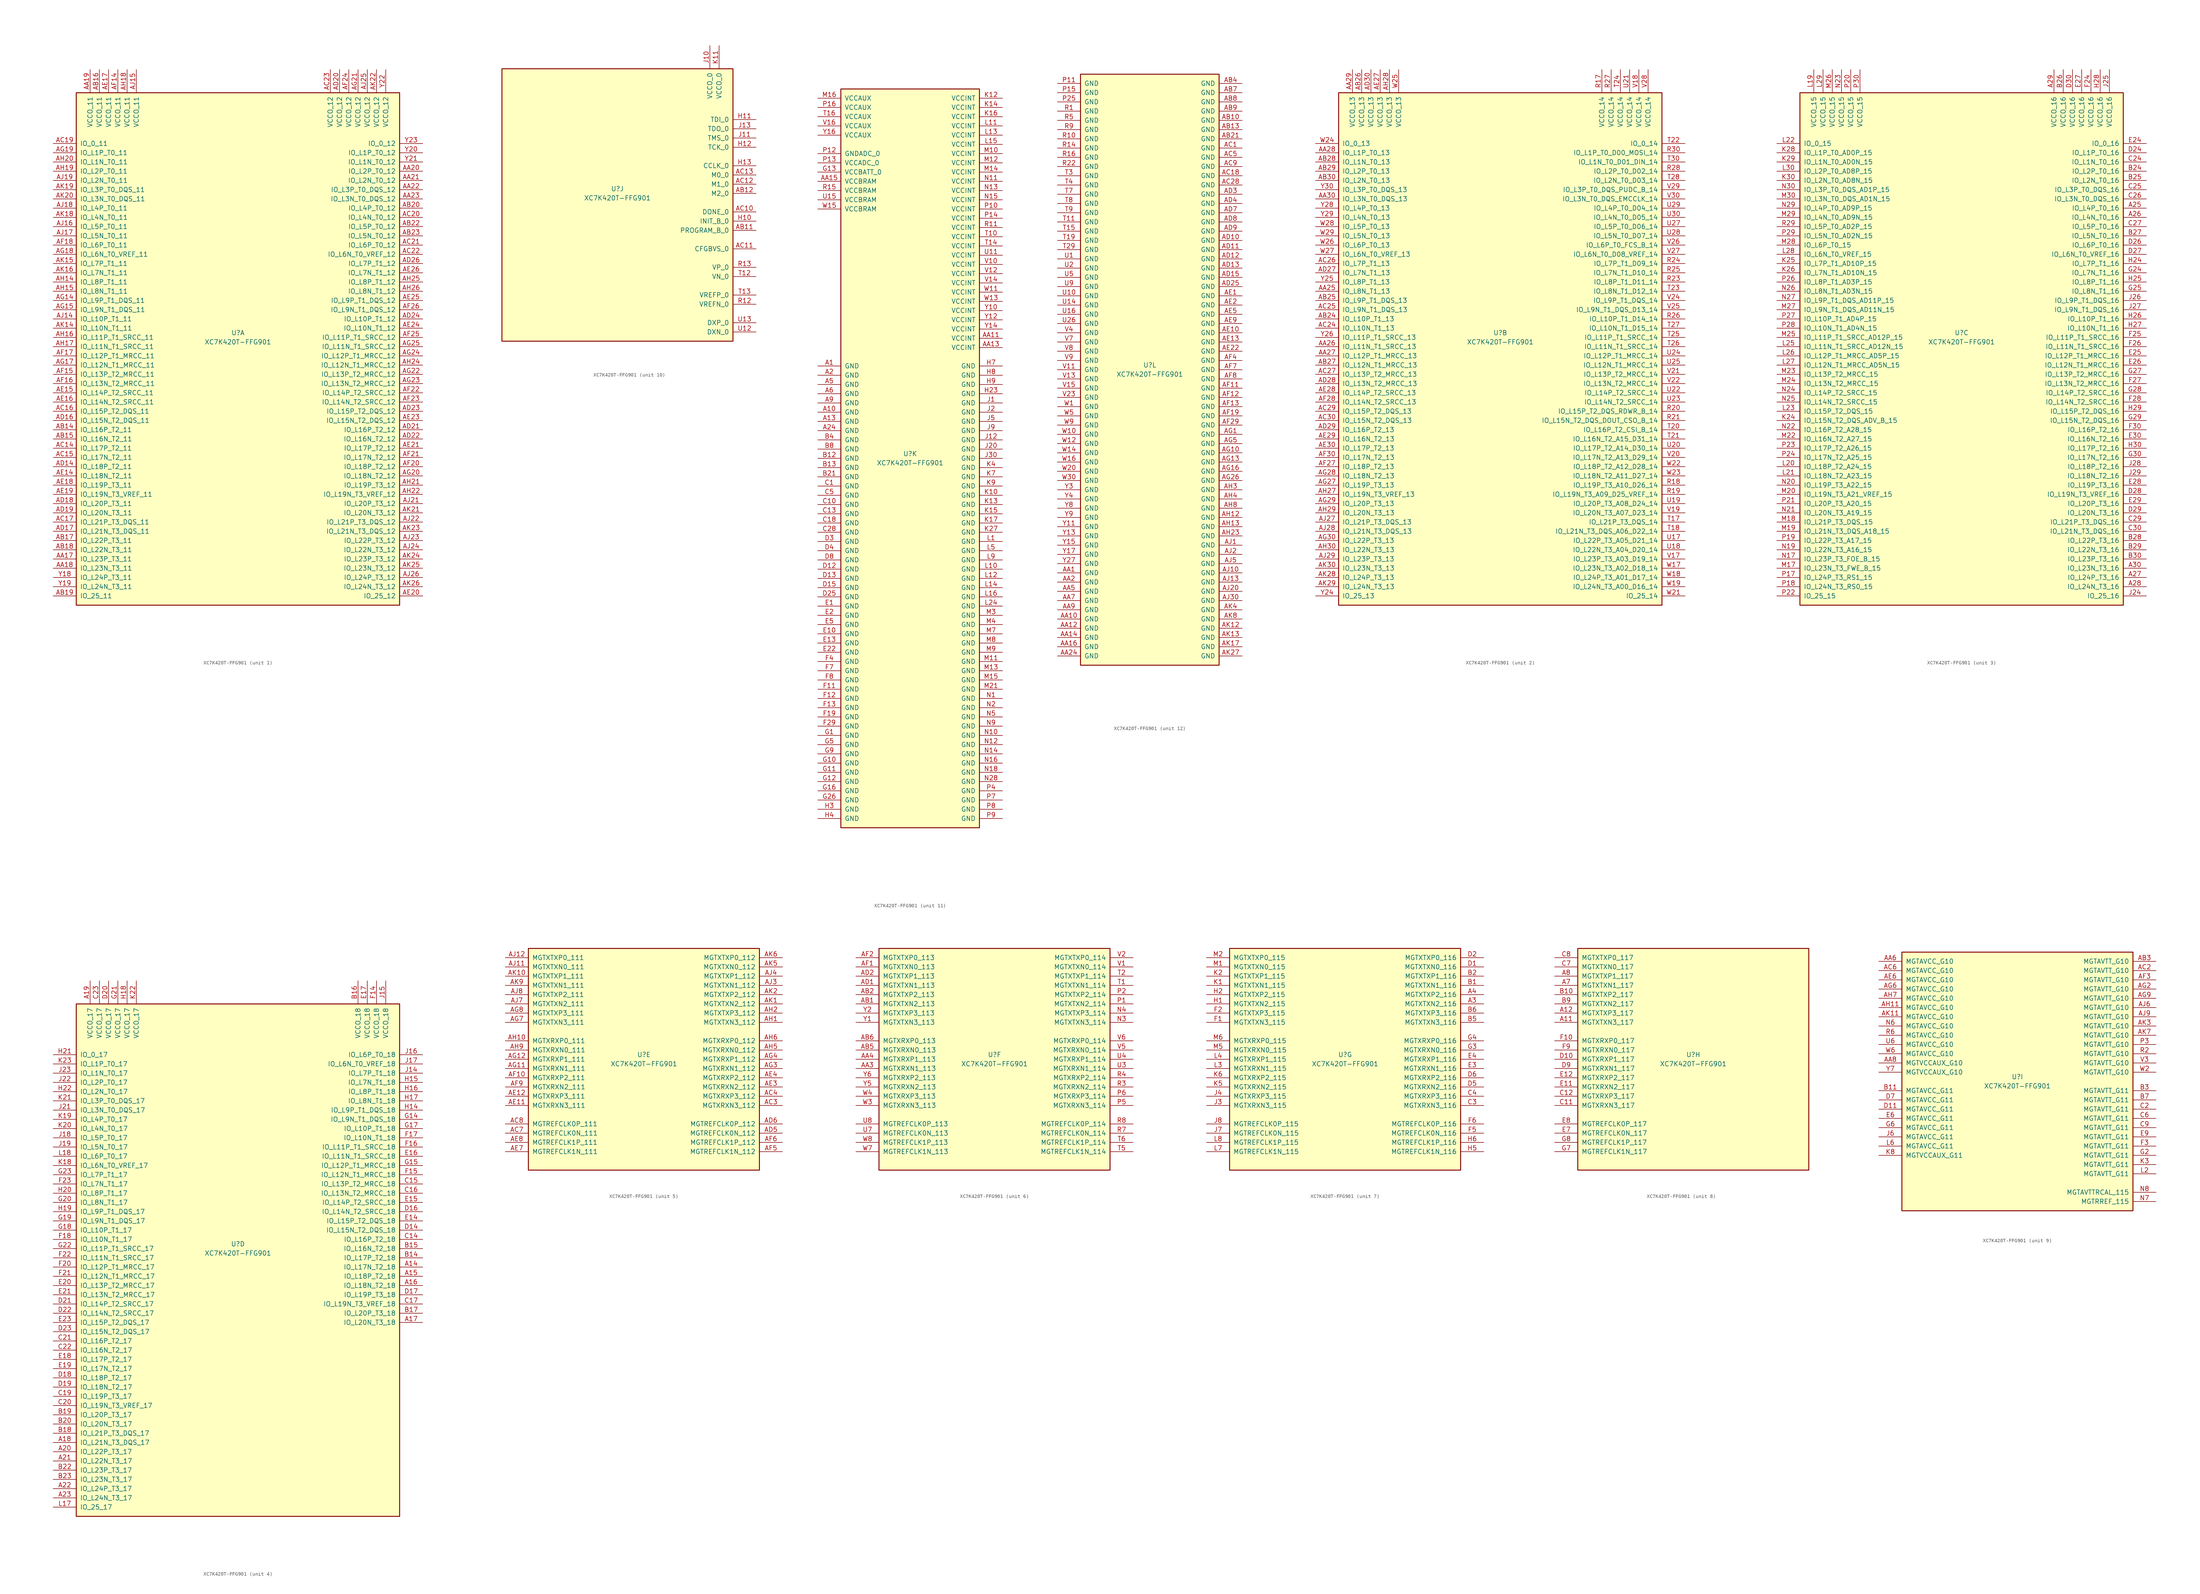
<source format=kicad_sym>
(kicad_symbol_lib
  (version 20201005)
  (generator kicad_symbol_editor)
  (symbol "FPGA_Xilinx_Kintex7:XC7K420T-FFG901"
    (pin_names
      (offset 1.016))
    (property "Reference" "U"
      (at 0 1.27 0)
      (effects (font (size 1.27 1.27))))
    (property "Value" "XC7K420T-FFG901"
      (at 0 -1.27 0)
      (effects (font (size 1.27 1.27))))
    (property "Datasheet" ""
      (at 0 0 0)
      (effects (font (size 1.27 1.27))))
    (property "ki_locked" ""
      (at 0 0 0)
      (effects (font (size 1.27 1.27))))
    (symbol "XC7K420T-FFG901_1_1"
      (rectangle (start -44.45 67.31) (end 44.45 -73.66) (stroke (width 0.254)) (fill (type background)))
      (pin power_in line (at -40.64 73.66 270) (length 6.35) (name "VCCO_11" (effects (font (size 1.27 1.27)))) (number "AA19" (effects (font (size 1.27 1.27)))))
      (pin power_in line (at -38.1 73.66 270) (length 6.35) (name "VCCO_11" (effects (font (size 1.27 1.27)))) (number "AB16" (effects (font (size 1.27 1.27)))))
      (pin power_in line (at -35.56 73.66 270) (length 6.35) (name "VCCO_11" (effects (font (size 1.27 1.27)))) (number "AE17" (effects (font (size 1.27 1.27)))))
      (pin power_in line (at -33.02 73.66 270) (length 6.35) (name "VCCO_11" (effects (font (size 1.27 1.27)))) (number "AF14" (effects (font (size 1.27 1.27)))))
      (pin power_in line (at -30.48 73.66 270) (length 6.35) (name "VCCO_11" (effects (font (size 1.27 1.27)))) (number "AH18" (effects (font (size 1.27 1.27)))))
      (pin power_in line (at -27.94 73.66 270) (length 6.35) (name "VCCO_11" (effects (font (size 1.27 1.27)))) (number "AJ15" (effects (font (size 1.27 1.27)))))
      (pin bidirectional line (at -50.8 53.34 0) (length 6.35) (name "IO_0_11" (effects (font (size 1.27 1.27)))) (number "AC19" (effects (font (size 1.27 1.27)))))
      (pin bidirectional line (at -50.8 50.8 0) (length 6.35) (name "IO_L1P_T0_11" (effects (font (size 1.27 1.27)))) (number "AG19" (effects (font (size 1.27 1.27)))))
      (pin bidirectional line (at -50.8 48.26 0) (length 6.35) (name "IO_L1N_T0_11" (effects (font (size 1.27 1.27)))) (number "AH20" (effects (font (size 1.27 1.27)))))
      (pin bidirectional line (at -50.8 45.72 0) (length 6.35) (name "IO_L2P_T0_11" (effects (font (size 1.27 1.27)))) (number "AH19" (effects (font (size 1.27 1.27)))))
      (pin bidirectional line (at -50.8 43.18 0) (length 6.35) (name "IO_L2N_T0_11" (effects (font (size 1.27 1.27)))) (number "AJ19" (effects (font (size 1.27 1.27)))))
      (pin bidirectional line (at -50.8 40.64 0) (length 6.35) (name "IO_L3P_T0_DQS_11" (effects (font (size 1.27 1.27)))) (number "AK19" (effects (font (size 1.27 1.27)))))
      (pin bidirectional line (at -50.8 38.1 0) (length 6.35) (name "IO_L3N_T0_DQS_11" (effects (font (size 1.27 1.27)))) (number "AK20" (effects (font (size 1.27 1.27)))))
      (pin bidirectional line (at -50.8 35.56 0) (length 6.35) (name "IO_L4P_T0_11" (effects (font (size 1.27 1.27)))) (number "AJ18" (effects (font (size 1.27 1.27)))))
      (pin bidirectional line (at -50.8 33.02 0) (length 6.35) (name "IO_L4N_T0_11" (effects (font (size 1.27 1.27)))) (number "AK18" (effects (font (size 1.27 1.27)))))
      (pin bidirectional line (at -50.8 30.48 0) (length 6.35) (name "IO_L5P_T0_11" (effects (font (size 1.27 1.27)))) (number "AJ16" (effects (font (size 1.27 1.27)))))
      (pin bidirectional line (at -50.8 27.94 0) (length 6.35) (name "IO_L5N_T0_11" (effects (font (size 1.27 1.27)))) (number "AJ17" (effects (font (size 1.27 1.27)))))
      (pin bidirectional line (at -50.8 25.4 0) (length 6.35) (name "IO_L6P_T0_11" (effects (font (size 1.27 1.27)))) (number "AF18" (effects (font (size 1.27 1.27)))))
      (pin bidirectional line (at -50.8 22.86 0) (length 6.35) (name "IO_L6N_T0_VREF_11" (effects (font (size 1.27 1.27)))) (number "AG18" (effects (font (size 1.27 1.27)))))
      (pin bidirectional line (at -50.8 20.32 0) (length 6.35) (name "IO_L7P_T1_11" (effects (font (size 1.27 1.27)))) (number "AK15" (effects (font (size 1.27 1.27)))))
      (pin bidirectional line (at -50.8 17.78 0) (length 6.35) (name "IO_L7N_T1_11" (effects (font (size 1.27 1.27)))) (number "AK16" (effects (font (size 1.27 1.27)))))
      (pin bidirectional line (at -50.8 15.24 0) (length 6.35) (name "IO_L8P_T1_11" (effects (font (size 1.27 1.27)))) (number "AH14" (effects (font (size 1.27 1.27)))))
      (pin bidirectional line (at -50.8 12.7 0) (length 6.35) (name "IO_L8N_T1_11" (effects (font (size 1.27 1.27)))) (number "AH15" (effects (font (size 1.27 1.27)))))
      (pin bidirectional line (at -50.8 10.16 0) (length 6.35) (name "IO_L9P_T1_DQS_11" (effects (font (size 1.27 1.27)))) (number "AG14" (effects (font (size 1.27 1.27)))))
      (pin bidirectional line (at -50.8 7.62 0) (length 6.35) (name "IO_L9N_T1_DQS_11" (effects (font (size 1.27 1.27)))) (number "AG15" (effects (font (size 1.27 1.27)))))
      (pin bidirectional line (at -50.8 5.08 0) (length 6.35) (name "IO_L10P_T1_11" (effects (font (size 1.27 1.27)))) (number "AJ14" (effects (font (size 1.27 1.27)))))
      (pin bidirectional line (at -50.8 2.54 0) (length 6.35) (name "IO_L10N_T1_11" (effects (font (size 1.27 1.27)))) (number "AK14" (effects (font (size 1.27 1.27)))))
      (pin bidirectional line (at -50.8 0 0) (length 6.35) (name "IO_L11P_T1_SRCC_11" (effects (font (size 1.27 1.27)))) (number "AH16" (effects (font (size 1.27 1.27)))))
      (pin bidirectional line (at -50.8 -2.54 0) (length 6.35) (name "IO_L11N_T1_SRCC_11" (effects (font (size 1.27 1.27)))) (number "AH17" (effects (font (size 1.27 1.27)))))
      (pin bidirectional line (at -50.8 -5.08 0) (length 6.35) (name "IO_L12P_T1_MRCC_11" (effects (font (size 1.27 1.27)))) (number "AF17" (effects (font (size 1.27 1.27)))))
      (pin bidirectional line (at -50.8 -7.62 0) (length 6.35) (name "IO_L12N_T1_MRCC_11" (effects (font (size 1.27 1.27)))) (number "AG17" (effects (font (size 1.27 1.27)))))
      (pin bidirectional line (at -50.8 -10.16 0) (length 6.35) (name "IO_L13P_T2_MRCC_11" (effects (font (size 1.27 1.27)))) (number "AF15" (effects (font (size 1.27 1.27)))))
      (pin bidirectional line (at -50.8 -12.7 0) (length 6.35) (name "IO_L13N_T2_MRCC_11" (effects (font (size 1.27 1.27)))) (number "AF16" (effects (font (size 1.27 1.27)))))
      (pin bidirectional line (at -50.8 -15.24 0) (length 6.35) (name "IO_L14P_T2_SRCC_11" (effects (font (size 1.27 1.27)))) (number "AE15" (effects (font (size 1.27 1.27)))))
      (pin bidirectional line (at -50.8 -17.78 0) (length 6.35) (name "IO_L14N_T2_SRCC_11" (effects (font (size 1.27 1.27)))) (number "AE16" (effects (font (size 1.27 1.27)))))
      (pin bidirectional line (at -50.8 -20.32 0) (length 6.35) (name "IO_L15P_T2_DQS_11" (effects (font (size 1.27 1.27)))) (number "AC16" (effects (font (size 1.27 1.27)))))
      (pin bidirectional line (at -50.8 -22.86 0) (length 6.35) (name "IO_L15N_T2_DQS_11" (effects (font (size 1.27 1.27)))) (number "AD16" (effects (font (size 1.27 1.27)))))
      (pin bidirectional line (at -50.8 -25.4 0) (length 6.35) (name "IO_L16P_T2_11" (effects (font (size 1.27 1.27)))) (number "AB14" (effects (font (size 1.27 1.27)))))
      (pin bidirectional line (at -50.8 -27.94 0) (length 6.35) (name "IO_L16N_T2_11" (effects (font (size 1.27 1.27)))) (number "AB15" (effects (font (size 1.27 1.27)))))
      (pin bidirectional line (at -50.8 -30.48 0) (length 6.35) (name "IO_L17P_T2_11" (effects (font (size 1.27 1.27)))) (number "AC14" (effects (font (size 1.27 1.27)))))
      (pin bidirectional line (at -50.8 -33.02 0) (length 6.35) (name "IO_L17N_T2_11" (effects (font (size 1.27 1.27)))) (number "AC15" (effects (font (size 1.27 1.27)))))
      (pin bidirectional line (at -50.8 -35.56 0) (length 6.35) (name "IO_L18P_T2_11" (effects (font (size 1.27 1.27)))) (number "AD14" (effects (font (size 1.27 1.27)))))
      (pin bidirectional line (at -50.8 -38.1 0) (length 6.35) (name "IO_L18N_T2_11" (effects (font (size 1.27 1.27)))) (number "AE14" (effects (font (size 1.27 1.27)))))
      (pin bidirectional line (at -50.8 -40.64 0) (length 6.35) (name "IO_L19P_T3_11" (effects (font (size 1.27 1.27)))) (number "AE18" (effects (font (size 1.27 1.27)))))
      (pin bidirectional line (at -50.8 -43.18 0) (length 6.35) (name "IO_L19N_T3_VREF_11" (effects (font (size 1.27 1.27)))) (number "AE19" (effects (font (size 1.27 1.27)))))
      (pin bidirectional line (at -50.8 -45.72 0) (length 6.35) (name "IO_L20P_T3_11" (effects (font (size 1.27 1.27)))) (number "AD18" (effects (font (size 1.27 1.27)))))
      (pin bidirectional line (at -50.8 -48.26 0) (length 6.35) (name "IO_L20N_T3_11" (effects (font (size 1.27 1.27)))) (number "AD19" (effects (font (size 1.27 1.27)))))
      (pin bidirectional line (at -50.8 -50.8 0) (length 6.35) (name "IO_L21P_T3_DQS_11" (effects (font (size 1.27 1.27)))) (number "AC17" (effects (font (size 1.27 1.27)))))
      (pin bidirectional line (at -50.8 -53.34 0) (length 6.35) (name "IO_L21N_T3_DQS_11" (effects (font (size 1.27 1.27)))) (number "AD17" (effects (font (size 1.27 1.27)))))
      (pin bidirectional line (at -50.8 -55.88 0) (length 6.35) (name "IO_L22P_T3_11" (effects (font (size 1.27 1.27)))) (number "AB17" (effects (font (size 1.27 1.27)))))
      (pin bidirectional line (at -50.8 -58.42 0) (length 6.35) (name "IO_L22N_T3_11" (effects (font (size 1.27 1.27)))) (number "AB18" (effects (font (size 1.27 1.27)))))
      (pin bidirectional line (at -50.8 -60.96 0) (length 6.35) (name "IO_L23P_T3_11" (effects (font (size 1.27 1.27)))) (number "AA17" (effects (font (size 1.27 1.27)))))
      (pin bidirectional line (at -50.8 -63.5 0) (length 6.35) (name "IO_L23N_T3_11" (effects (font (size 1.27 1.27)))) (number "AA18" (effects (font (size 1.27 1.27)))))
      (pin bidirectional line (at -50.8 -66.04 0) (length 6.35) (name "IO_L24P_T3_11" (effects (font (size 1.27 1.27)))) (number "Y18" (effects (font (size 1.27 1.27)))))
      (pin bidirectional line (at -50.8 -68.58 0) (length 6.35) (name "IO_L24N_T3_11" (effects (font (size 1.27 1.27)))) (number "Y19" (effects (font (size 1.27 1.27)))))
      (pin bidirectional line (at -50.8 -71.12 0) (length 6.35) (name "IO_25_11" (effects (font (size 1.27 1.27)))) (number "AB19" (effects (font (size 1.27 1.27)))))
      (pin power_in line (at 25.4 73.66 270) (length 6.35) (name "VCCO_12" (effects (font (size 1.27 1.27)))) (number "AC23" (effects (font (size 1.27 1.27)))))
      (pin power_in line (at 27.94 73.66 270) (length 6.35) (name "VCCO_12" (effects (font (size 1.27 1.27)))) (number "AD20" (effects (font (size 1.27 1.27)))))
      (pin power_in line (at 30.48 73.66 270) (length 6.35) (name "VCCO_12" (effects (font (size 1.27 1.27)))) (number "AF24" (effects (font (size 1.27 1.27)))))
      (pin power_in line (at 33.02 73.66 270) (length 6.35) (name "VCCO_12" (effects (font (size 1.27 1.27)))) (number "AG21" (effects (font (size 1.27 1.27)))))
      (pin power_in line (at 35.56 73.66 270) (length 6.35) (name "VCCO_12" (effects (font (size 1.27 1.27)))) (number "AJ25" (effects (font (size 1.27 1.27)))))
      (pin power_in line (at 38.1 73.66 270) (length 6.35) (name "VCCO_12" (effects (font (size 1.27 1.27)))) (number "AK22" (effects (font (size 1.27 1.27)))))
      (pin power_in line (at 40.64 73.66 270) (length 6.35) (name "VCCO_12" (effects (font (size 1.27 1.27)))) (number "Y22" (effects (font (size 1.27 1.27)))))
      (pin bidirectional line (at 50.8 53.34 180) (length 6.35) (name "IO_0_12" (effects (font (size 1.27 1.27)))) (number "Y23" (effects (font (size 1.27 1.27)))))
      (pin bidirectional line (at 50.8 50.8 180) (length 6.35) (name "IO_L1P_T0_12" (effects (font (size 1.27 1.27)))) (number "Y20" (effects (font (size 1.27 1.27)))))
      (pin bidirectional line (at 50.8 48.26 180) (length 6.35) (name "IO_L1N_T0_12" (effects (font (size 1.27 1.27)))) (number "Y21" (effects (font (size 1.27 1.27)))))
      (pin bidirectional line (at 50.8 45.72 180) (length 6.35) (name "IO_L2P_T0_12" (effects (font (size 1.27 1.27)))) (number "AA20" (effects (font (size 1.27 1.27)))))
      (pin bidirectional line (at 50.8 43.18 180) (length 6.35) (name "IO_L2N_T0_12" (effects (font (size 1.27 1.27)))) (number "AA21" (effects (font (size 1.27 1.27)))))
      (pin bidirectional line (at 50.8 40.64 180) (length 6.35) (name "IO_L3P_T0_DQS_12" (effects (font (size 1.27 1.27)))) (number "AA22" (effects (font (size 1.27 1.27)))))
      (pin bidirectional line (at 50.8 38.1 180) (length 6.35) (name "IO_L3N_T0_DQS_12" (effects (font (size 1.27 1.27)))) (number "AA23" (effects (font (size 1.27 1.27)))))
      (pin bidirectional line (at 50.8 35.56 180) (length 6.35) (name "IO_L4P_T0_12" (effects (font (size 1.27 1.27)))) (number "AB20" (effects (font (size 1.27 1.27)))))
      (pin bidirectional line (at 50.8 33.02 180) (length 6.35) (name "IO_L4N_T0_12" (effects (font (size 1.27 1.27)))) (number "AC20" (effects (font (size 1.27 1.27)))))
      (pin bidirectional line (at 50.8 30.48 180) (length 6.35) (name "IO_L5P_T0_12" (effects (font (size 1.27 1.27)))) (number "AB22" (effects (font (size 1.27 1.27)))))
      (pin bidirectional line (at 50.8 27.94 180) (length 6.35) (name "IO_L5N_T0_12" (effects (font (size 1.27 1.27)))) (number "AB23" (effects (font (size 1.27 1.27)))))
      (pin bidirectional line (at 50.8 25.4 180) (length 6.35) (name "IO_L6P_T0_12" (effects (font (size 1.27 1.27)))) (number "AC21" (effects (font (size 1.27 1.27)))))
      (pin bidirectional line (at 50.8 22.86 180) (length 6.35) (name "IO_L6N_T0_VREF_12" (effects (font (size 1.27 1.27)))) (number "AC22" (effects (font (size 1.27 1.27)))))
      (pin bidirectional line (at 50.8 20.32 180) (length 6.35) (name "IO_L7P_T1_12" (effects (font (size 1.27 1.27)))) (number "AD26" (effects (font (size 1.27 1.27)))))
      (pin bidirectional line (at 50.8 17.78 180) (length 6.35) (name "IO_L7N_T1_12" (effects (font (size 1.27 1.27)))) (number "AE26" (effects (font (size 1.27 1.27)))))
      (pin bidirectional line (at 50.8 15.24 180) (length 6.35) (name "IO_L8P_T1_12" (effects (font (size 1.27 1.27)))) (number "AH25" (effects (font (size 1.27 1.27)))))
      (pin bidirectional line (at 50.8 12.7 180) (length 6.35) (name "IO_L8N_T1_12" (effects (font (size 1.27 1.27)))) (number "AH26" (effects (font (size 1.27 1.27)))))
      (pin bidirectional line (at 50.8 10.16 180) (length 6.35) (name "IO_L9P_T1_DQS_12" (effects (font (size 1.27 1.27)))) (number "AE25" (effects (font (size 1.27 1.27)))))
      (pin bidirectional line (at 50.8 7.62 180) (length 6.35) (name "IO_L9N_T1_DQS_12" (effects (font (size 1.27 1.27)))) (number "AF26" (effects (font (size 1.27 1.27)))))
      (pin bidirectional line (at 50.8 5.08 180) (length 6.35) (name "IO_L10P_T1_12" (effects (font (size 1.27 1.27)))) (number "AD24" (effects (font (size 1.27 1.27)))))
      (pin bidirectional line (at 50.8 2.54 180) (length 6.35) (name "IO_L10N_T1_12" (effects (font (size 1.27 1.27)))) (number "AE24" (effects (font (size 1.27 1.27)))))
      (pin bidirectional line (at 50.8 0 180) (length 6.35) (name "IO_L11P_T1_SRCC_12" (effects (font (size 1.27 1.27)))) (number "AF25" (effects (font (size 1.27 1.27)))))
      (pin bidirectional line (at 50.8 -2.54 180) (length 6.35) (name "IO_L11N_T1_SRCC_12" (effects (font (size 1.27 1.27)))) (number "AG25" (effects (font (size 1.27 1.27)))))
      (pin bidirectional line (at 50.8 -5.08 180) (length 6.35) (name "IO_L12P_T1_MRCC_12" (effects (font (size 1.27 1.27)))) (number "AG24" (effects (font (size 1.27 1.27)))))
      (pin bidirectional line (at 50.8 -7.62 180) (length 6.35) (name "IO_L12N_T1_MRCC_12" (effects (font (size 1.27 1.27)))) (number "AH24" (effects (font (size 1.27 1.27)))))
      (pin bidirectional line (at 50.8 -10.16 180) (length 6.35) (name "IO_L13P_T2_MRCC_12" (effects (font (size 1.27 1.27)))) (number "AG22" (effects (font (size 1.27 1.27)))))
      (pin bidirectional line (at 50.8 -12.7 180) (length 6.35) (name "IO_L13N_T2_MRCC_12" (effects (font (size 1.27 1.27)))) (number "AG23" (effects (font (size 1.27 1.27)))))
      (pin bidirectional line (at 50.8 -15.24 180) (length 6.35) (name "IO_L14P_T2_SRCC_12" (effects (font (size 1.27 1.27)))) (number "AF22" (effects (font (size 1.27 1.27)))))
      (pin bidirectional line (at 50.8 -17.78 180) (length 6.35) (name "IO_L14N_T2_SRCC_12" (effects (font (size 1.27 1.27)))) (number "AF23" (effects (font (size 1.27 1.27)))))
      (pin bidirectional line (at 50.8 -20.32 180) (length 6.35) (name "IO_L15P_T2_DQS_12" (effects (font (size 1.27 1.27)))) (number "AD23" (effects (font (size 1.27 1.27)))))
      (pin bidirectional line (at 50.8 -22.86 180) (length 6.35) (name "IO_L15N_T2_DQS_12" (effects (font (size 1.27 1.27)))) (number "AE23" (effects (font (size 1.27 1.27)))))
      (pin bidirectional line (at 50.8 -25.4 180) (length 6.35) (name "IO_L16P_T2_12" (effects (font (size 1.27 1.27)))) (number "AD21" (effects (font (size 1.27 1.27)))))
      (pin bidirectional line (at 50.8 -27.94 180) (length 6.35) (name "IO_L16N_T2_12" (effects (font (size 1.27 1.27)))) (number "AD22" (effects (font (size 1.27 1.27)))))
      (pin bidirectional line (at 50.8 -30.48 180) (length 6.35) (name "IO_L17P_T2_12" (effects (font (size 1.27 1.27)))) (number "AE21" (effects (font (size 1.27 1.27)))))
      (pin bidirectional line (at 50.8 -33.02 180) (length 6.35) (name "IO_L17N_T2_12" (effects (font (size 1.27 1.27)))) (number "AF21" (effects (font (size 1.27 1.27)))))
      (pin bidirectional line (at 50.8 -35.56 180) (length 6.35) (name "IO_L18P_T2_12" (effects (font (size 1.27 1.27)))) (number "AF20" (effects (font (size 1.27 1.27)))))
      (pin bidirectional line (at 50.8 -38.1 180) (length 6.35) (name "IO_L18N_T2_12" (effects (font (size 1.27 1.27)))) (number "AG20" (effects (font (size 1.27 1.27)))))
      (pin bidirectional line (at 50.8 -40.64 180) (length 6.35) (name "IO_L19P_T3_12" (effects (font (size 1.27 1.27)))) (number "AH21" (effects (font (size 1.27 1.27)))))
      (pin bidirectional line (at 50.8 -43.18 180) (length 6.35) (name "IO_L19N_T3_VREF_12" (effects (font (size 1.27 1.27)))) (number "AH22" (effects (font (size 1.27 1.27)))))
      (pin bidirectional line (at 50.8 -45.72 180) (length 6.35) (name "IO_L20P_T3_12" (effects (font (size 1.27 1.27)))) (number "AJ21" (effects (font (size 1.27 1.27)))))
      (pin bidirectional line (at 50.8 -48.26 180) (length 6.35) (name "IO_L20N_T3_12" (effects (font (size 1.27 1.27)))) (number "AK21" (effects (font (size 1.27 1.27)))))
      (pin bidirectional line (at 50.8 -50.8 180) (length 6.35) (name "IO_L21P_T3_DQS_12" (effects (font (size 1.27 1.27)))) (number "AJ22" (effects (font (size 1.27 1.27)))))
      (pin bidirectional line (at 50.8 -53.34 180) (length 6.35) (name "IO_L21N_T3_DQS_12" (effects (font (size 1.27 1.27)))) (number "AK23" (effects (font (size 1.27 1.27)))))
      (pin bidirectional line (at 50.8 -55.88 180) (length 6.35) (name "IO_L22P_T3_12" (effects (font (size 1.27 1.27)))) (number "AJ23" (effects (font (size 1.27 1.27)))))
      (pin bidirectional line (at 50.8 -58.42 180) (length 6.35) (name "IO_L22N_T3_12" (effects (font (size 1.27 1.27)))) (number "AJ24" (effects (font (size 1.27 1.27)))))
      (pin bidirectional line (at 50.8 -60.96 180) (length 6.35) (name "IO_L23P_T3_12" (effects (font (size 1.27 1.27)))) (number "AK24" (effects (font (size 1.27 1.27)))))
      (pin bidirectional line (at 50.8 -63.5 180) (length 6.35) (name "IO_L23N_T3_12" (effects (font (size 1.27 1.27)))) (number "AK25" (effects (font (size 1.27 1.27)))))
      (pin bidirectional line (at 50.8 -66.04 180) (length 6.35) (name "IO_L24P_T3_12" (effects (font (size 1.27 1.27)))) (number "AJ26" (effects (font (size 1.27 1.27)))))
      (pin bidirectional line (at 50.8 -68.58 180) (length 6.35) (name "IO_L24N_T3_12" (effects (font (size 1.27 1.27)))) (number "AK26" (effects (font (size 1.27 1.27)))))
      (pin bidirectional line (at 50.8 -71.12 180) (length 6.35) (name "IO_25_12" (effects (font (size 1.27 1.27)))) (number "AE20" (effects (font (size 1.27 1.27))))))
    (symbol "XC7K420T-FFG901_2_1"
      (rectangle (start -44.45 67.31) (end 44.45 -73.66) (stroke (width 0.254)) (fill (type background)))
      (pin power_in line (at -40.64 73.66 270) (length 6.35) (name "VCCO_13" (effects (font (size 1.27 1.27)))) (number "AA29" (effects (font (size 1.27 1.27)))))
      (pin power_in line (at -38.1 73.66 270) (length 6.35) (name "VCCO_13" (effects (font (size 1.27 1.27)))) (number "AB26" (effects (font (size 1.27 1.27)))))
      (pin power_in line (at -35.56 73.66 270) (length 6.35) (name "VCCO_13" (effects (font (size 1.27 1.27)))) (number "AD30" (effects (font (size 1.27 1.27)))))
      (pin power_in line (at -33.02 73.66 270) (length 6.35) (name "VCCO_13" (effects (font (size 1.27 1.27)))) (number "AE27" (effects (font (size 1.27 1.27)))))
      (pin power_in line (at -30.48 73.66 270) (length 6.35) (name "VCCO_13" (effects (font (size 1.27 1.27)))) (number "AH28" (effects (font (size 1.27 1.27)))))
      (pin power_in line (at -27.94 73.66 270) (length 6.35) (name "VCCO_13" (effects (font (size 1.27 1.27)))) (number "W25" (effects (font (size 1.27 1.27)))))
      (pin bidirectional line (at -50.8 53.34 0) (length 6.35) (name "IO_0_13" (effects (font (size 1.27 1.27)))) (number "W24" (effects (font (size 1.27 1.27)))))
      (pin bidirectional line (at -50.8 50.8 0) (length 6.35) (name "IO_L1P_T0_13" (effects (font (size 1.27 1.27)))) (number "AA28" (effects (font (size 1.27 1.27)))))
      (pin bidirectional line (at -50.8 48.26 0) (length 6.35) (name "IO_L1N_T0_13" (effects (font (size 1.27 1.27)))) (number "AB28" (effects (font (size 1.27 1.27)))))
      (pin bidirectional line (at -50.8 45.72 0) (length 6.35) (name "IO_L2P_T0_13" (effects (font (size 1.27 1.27)))) (number "AB29" (effects (font (size 1.27 1.27)))))
      (pin bidirectional line (at -50.8 43.18 0) (length 6.35) (name "IO_L2N_T0_13" (effects (font (size 1.27 1.27)))) (number "AB30" (effects (font (size 1.27 1.27)))))
      (pin bidirectional line (at -50.8 40.64 0) (length 6.35) (name "IO_L3P_T0_DQS_13" (effects (font (size 1.27 1.27)))) (number "Y30" (effects (font (size 1.27 1.27)))))
      (pin bidirectional line (at -50.8 38.1 0) (length 6.35) (name "IO_L3N_T0_DQS_13" (effects (font (size 1.27 1.27)))) (number "AA30" (effects (font (size 1.27 1.27)))))
      (pin bidirectional line (at -50.8 35.56 0) (length 6.35) (name "IO_L4P_T0_13" (effects (font (size 1.27 1.27)))) (number "Y28" (effects (font (size 1.27 1.27)))))
      (pin bidirectional line (at -50.8 33.02 0) (length 6.35) (name "IO_L4N_T0_13" (effects (font (size 1.27 1.27)))) (number "Y29" (effects (font (size 1.27 1.27)))))
      (pin bidirectional line (at -50.8 30.48 0) (length 6.35) (name "IO_L5P_T0_13" (effects (font (size 1.27 1.27)))) (number "W28" (effects (font (size 1.27 1.27)))))
      (pin bidirectional line (at -50.8 27.94 0) (length 6.35) (name "IO_L5N_T0_13" (effects (font (size 1.27 1.27)))) (number "W29" (effects (font (size 1.27 1.27)))))
      (pin bidirectional line (at -50.8 25.4 0) (length 6.35) (name "IO_L6P_T0_13" (effects (font (size 1.27 1.27)))) (number "W26" (effects (font (size 1.27 1.27)))))
      (pin bidirectional line (at -50.8 22.86 0) (length 6.35) (name "IO_L6N_T0_VREF_13" (effects (font (size 1.27 1.27)))) (number "W27" (effects (font (size 1.27 1.27)))))
      (pin bidirectional line (at -50.8 20.32 0) (length 6.35) (name "IO_L7P_T1_13" (effects (font (size 1.27 1.27)))) (number "AC26" (effects (font (size 1.27 1.27)))))
      (pin bidirectional line (at -50.8 17.78 0) (length 6.35) (name "IO_L7N_T1_13" (effects (font (size 1.27 1.27)))) (number "AD27" (effects (font (size 1.27 1.27)))))
      (pin bidirectional line (at -50.8 15.24 0) (length 6.35) (name "IO_L8P_T1_13" (effects (font (size 1.27 1.27)))) (number "Y25" (effects (font (size 1.27 1.27)))))
      (pin bidirectional line (at -50.8 12.7 0) (length 6.35) (name "IO_L8N_T1_13" (effects (font (size 1.27 1.27)))) (number "AA25" (effects (font (size 1.27 1.27)))))
      (pin bidirectional line (at -50.8 10.16 0) (length 6.35) (name "IO_L9P_T1_DQS_13" (effects (font (size 1.27 1.27)))) (number "AB25" (effects (font (size 1.27 1.27)))))
      (pin bidirectional line (at -50.8 7.62 0) (length 6.35) (name "IO_L9N_T1_DQS_13" (effects (font (size 1.27 1.27)))) (number "AC25" (effects (font (size 1.27 1.27)))))
      (pin bidirectional line (at -50.8 5.08 0) (length 6.35) (name "IO_L10P_T1_13" (effects (font (size 1.27 1.27)))) (number "AB24" (effects (font (size 1.27 1.27)))))
      (pin bidirectional line (at -50.8 2.54 0) (length 6.35) (name "IO_L10N_T1_13" (effects (font (size 1.27 1.27)))) (number "AC24" (effects (font (size 1.27 1.27)))))
      (pin bidirectional line (at -50.8 0 0) (length 6.35) (name "IO_L11P_T1_SRCC_13" (effects (font (size 1.27 1.27)))) (number "Y26" (effects (font (size 1.27 1.27)))))
      (pin bidirectional line (at -50.8 -2.54 0) (length 6.35) (name "IO_L11N_T1_SRCC_13" (effects (font (size 1.27 1.27)))) (number "AA26" (effects (font (size 1.27 1.27)))))
      (pin bidirectional line (at -50.8 -5.08 0) (length 6.35) (name "IO_L12P_T1_MRCC_13" (effects (font (size 1.27 1.27)))) (number "AA27" (effects (font (size 1.27 1.27)))))
      (pin bidirectional line (at -50.8 -7.62 0) (length 6.35) (name "IO_L12N_T1_MRCC_13" (effects (font (size 1.27 1.27)))) (number "AB27" (effects (font (size 1.27 1.27)))))
      (pin bidirectional line (at -50.8 -10.16 0) (length 6.35) (name "IO_L13P_T2_MRCC_13" (effects (font (size 1.27 1.27)))) (number "AC27" (effects (font (size 1.27 1.27)))))
      (pin bidirectional line (at -50.8 -12.7 0) (length 6.35) (name "IO_L13N_T2_MRCC_13" (effects (font (size 1.27 1.27)))) (number "AD28" (effects (font (size 1.27 1.27)))))
      (pin bidirectional line (at -50.8 -15.24 0) (length 6.35) (name "IO_L14P_T2_SRCC_13" (effects (font (size 1.27 1.27)))) (number "AE28" (effects (font (size 1.27 1.27)))))
      (pin bidirectional line (at -50.8 -17.78 0) (length 6.35) (name "IO_L14N_T2_SRCC_13" (effects (font (size 1.27 1.27)))) (number "AF28" (effects (font (size 1.27 1.27)))))
      (pin bidirectional line (at -50.8 -20.32 0) (length 6.35) (name "IO_L15P_T2_DQS_13" (effects (font (size 1.27 1.27)))) (number "AC29" (effects (font (size 1.27 1.27)))))
      (pin bidirectional line (at -50.8 -22.86 0) (length 6.35) (name "IO_L15N_T2_DQS_13" (effects (font (size 1.27 1.27)))) (number "AC30" (effects (font (size 1.27 1.27)))))
      (pin bidirectional line (at -50.8 -25.4 0) (length 6.35) (name "IO_L16P_T2_13" (effects (font (size 1.27 1.27)))) (number "AD29" (effects (font (size 1.27 1.27)))))
      (pin bidirectional line (at -50.8 -27.94 0) (length 6.35) (name "IO_L16N_T2_13" (effects (font (size 1.27 1.27)))) (number "AE29" (effects (font (size 1.27 1.27)))))
      (pin bidirectional line (at -50.8 -30.48 0) (length 6.35) (name "IO_L17P_T2_13" (effects (font (size 1.27 1.27)))) (number "AE30" (effects (font (size 1.27 1.27)))))
      (pin bidirectional line (at -50.8 -33.02 0) (length 6.35) (name "IO_L17N_T2_13" (effects (font (size 1.27 1.27)))) (number "AF30" (effects (font (size 1.27 1.27)))))
      (pin bidirectional line (at -50.8 -35.56 0) (length 6.35) (name "IO_L18P_T2_13" (effects (font (size 1.27 1.27)))) (number "AF27" (effects (font (size 1.27 1.27)))))
      (pin bidirectional line (at -50.8 -38.1 0) (length 6.35) (name "IO_L18N_T2_13" (effects (font (size 1.27 1.27)))) (number "AG28" (effects (font (size 1.27 1.27)))))
      (pin bidirectional line (at -50.8 -40.64 0) (length 6.35) (name "IO_L19P_T3_13" (effects (font (size 1.27 1.27)))) (number "AG27" (effects (font (size 1.27 1.27)))))
      (pin bidirectional line (at -50.8 -43.18 0) (length 6.35) (name "IO_L19N_T3_VREF_13" (effects (font (size 1.27 1.27)))) (number "AH27" (effects (font (size 1.27 1.27)))))
      (pin bidirectional line (at -50.8 -45.72 0) (length 6.35) (name "IO_L20P_T3_13" (effects (font (size 1.27 1.27)))) (number "AG29" (effects (font (size 1.27 1.27)))))
      (pin bidirectional line (at -50.8 -48.26 0) (length 6.35) (name "IO_L20N_T3_13" (effects (font (size 1.27 1.27)))) (number "AH29" (effects (font (size 1.27 1.27)))))
      (pin bidirectional line (at -50.8 -50.8 0) (length 6.35) (name "IO_L21P_T3_DQS_13" (effects (font (size 1.27 1.27)))) (number "AJ27" (effects (font (size 1.27 1.27)))))
      (pin bidirectional line (at -50.8 -53.34 0) (length 6.35) (name "IO_L21N_T3_DQS_13" (effects (font (size 1.27 1.27)))) (number "AJ28" (effects (font (size 1.27 1.27)))))
      (pin bidirectional line (at -50.8 -55.88 0) (length 6.35) (name "IO_L22P_T3_13" (effects (font (size 1.27 1.27)))) (number "AG30" (effects (font (size 1.27 1.27)))))
      (pin bidirectional line (at -50.8 -58.42 0) (length 6.35) (name "IO_L22N_T3_13" (effects (font (size 1.27 1.27)))) (number "AH30" (effects (font (size 1.27 1.27)))))
      (pin bidirectional line (at -50.8 -60.96 0) (length 6.35) (name "IO_L23P_T3_13" (effects (font (size 1.27 1.27)))) (number "AJ29" (effects (font (size 1.27 1.27)))))
      (pin bidirectional line (at -50.8 -63.5 0) (length 6.35) (name "IO_L23N_T3_13" (effects (font (size 1.27 1.27)))) (number "AK30" (effects (font (size 1.27 1.27)))))
      (pin bidirectional line (at -50.8 -66.04 0) (length 6.35) (name "IO_L24P_T3_13" (effects (font (size 1.27 1.27)))) (number "AK28" (effects (font (size 1.27 1.27)))))
      (pin bidirectional line (at -50.8 -68.58 0) (length 6.35) (name "IO_L24N_T3_13" (effects (font (size 1.27 1.27)))) (number "AK29" (effects (font (size 1.27 1.27)))))
      (pin bidirectional line (at -50.8 -71.12 0) (length 6.35) (name "IO_25_13" (effects (font (size 1.27 1.27)))) (number "Y24" (effects (font (size 1.27 1.27)))))
      (pin power_in line (at 27.94 73.66 270) (length 6.35) (name "VCCO_14" (effects (font (size 1.27 1.27)))) (number "R17" (effects (font (size 1.27 1.27)))))
      (pin power_in line (at 30.48 73.66 270) (length 6.35) (name "VCCO_14" (effects (font (size 1.27 1.27)))) (number "R27" (effects (font (size 1.27 1.27)))))
      (pin power_in line (at 33.02 73.66 270) (length 6.35) (name "VCCO_14" (effects (font (size 1.27 1.27)))) (number "T24" (effects (font (size 1.27 1.27)))))
      (pin power_in line (at 35.56 73.66 270) (length 6.35) (name "VCCO_14" (effects (font (size 1.27 1.27)))) (number "U21" (effects (font (size 1.27 1.27)))))
      (pin power_in line (at 38.1 73.66 270) (length 6.35) (name "VCCO_14" (effects (font (size 1.27 1.27)))) (number "V18" (effects (font (size 1.27 1.27)))))
      (pin power_in line (at 40.64 73.66 270) (length 6.35) (name "VCCO_14" (effects (font (size 1.27 1.27)))) (number "V28" (effects (font (size 1.27 1.27)))))
      (pin bidirectional line (at 50.8 53.34 180) (length 6.35) (name "IO_0_14" (effects (font (size 1.27 1.27)))) (number "T22" (effects (font (size 1.27 1.27)))))
      (pin bidirectional line (at 50.8 50.8 180) (length 6.35) (name "IO_L1P_T0_D00_MOSI_14" (effects (font (size 1.27 1.27)))) (number "R30" (effects (font (size 1.27 1.27)))))
      (pin bidirectional line (at 50.8 48.26 180) (length 6.35) (name "IO_L1N_T0_D01_DIN_14" (effects (font (size 1.27 1.27)))) (number "T30" (effects (font (size 1.27 1.27)))))
      (pin bidirectional line (at 50.8 45.72 180) (length 6.35) (name "IO_L2P_T0_D02_14" (effects (font (size 1.27 1.27)))) (number "R28" (effects (font (size 1.27 1.27)))))
      (pin bidirectional line (at 50.8 43.18 180) (length 6.35) (name "IO_L2N_T0_D03_14" (effects (font (size 1.27 1.27)))) (number "T28" (effects (font (size 1.27 1.27)))))
      (pin bidirectional line (at 50.8 40.64 180) (length 6.35) (name "IO_L3P_T0_DQS_PUDC_B_14" (effects (font (size 1.27 1.27)))) (number "V29" (effects (font (size 1.27 1.27)))))
      (pin bidirectional line (at 50.8 38.1 180) (length 6.35) (name "IO_L3N_T0_DQS_EMCCLK_14" (effects (font (size 1.27 1.27)))) (number "V30" (effects (font (size 1.27 1.27)))))
      (pin bidirectional line (at 50.8 35.56 180) (length 6.35) (name "IO_L4P_T0_D04_14" (effects (font (size 1.27 1.27)))) (number "U29" (effects (font (size 1.27 1.27)))))
      (pin bidirectional line (at 50.8 33.02 180) (length 6.35) (name "IO_L4N_T0_D05_14" (effects (font (size 1.27 1.27)))) (number "U30" (effects (font (size 1.27 1.27)))))
      (pin bidirectional line (at 50.8 30.48 180) (length 6.35) (name "IO_L5P_T0_D06_14" (effects (font (size 1.27 1.27)))) (number "U27" (effects (font (size 1.27 1.27)))))
      (pin bidirectional line (at 50.8 27.94 180) (length 6.35) (name "IO_L5N_T0_D07_14" (effects (font (size 1.27 1.27)))) (number "U28" (effects (font (size 1.27 1.27)))))
      (pin bidirectional line (at 50.8 25.4 180) (length 6.35) (name "IO_L6P_T0_FCS_B_14" (effects (font (size 1.27 1.27)))) (number "V26" (effects (font (size 1.27 1.27)))))
      (pin bidirectional line (at 50.8 22.86 180) (length 6.35) (name "IO_L6N_T0_D08_VREF_14" (effects (font (size 1.27 1.27)))) (number "V27" (effects (font (size 1.27 1.27)))))
      (pin bidirectional line (at 50.8 20.32 180) (length 6.35) (name "IO_L7P_T1_D09_14" (effects (font (size 1.27 1.27)))) (number "R24" (effects (font (size 1.27 1.27)))))
      (pin bidirectional line (at 50.8 17.78 180) (length 6.35) (name "IO_L7N_T1_D10_14" (effects (font (size 1.27 1.27)))) (number "R25" (effects (font (size 1.27 1.27)))))
      (pin bidirectional line (at 50.8 15.24 180) (length 6.35) (name "IO_L8P_T1_D11_14" (effects (font (size 1.27 1.27)))) (number "R23" (effects (font (size 1.27 1.27)))))
      (pin bidirectional line (at 50.8 12.7 180) (length 6.35) (name "IO_L8N_T1_D12_14" (effects (font (size 1.27 1.27)))) (number "T23" (effects (font (size 1.27 1.27)))))
      (pin bidirectional line (at 50.8 10.16 180) (length 6.35) (name "IO_L9P_T1_DQS_14" (effects (font (size 1.27 1.27)))) (number "V24" (effects (font (size 1.27 1.27)))))
      (pin bidirectional line (at 50.8 7.62 180) (length 6.35) (name "IO_L9N_T1_DQS_D13_14" (effects (font (size 1.27 1.27)))) (number "V25" (effects (font (size 1.27 1.27)))))
      (pin bidirectional line (at 50.8 5.08 180) (length 6.35) (name "IO_L10P_T1_D14_14" (effects (font (size 1.27 1.27)))) (number "R26" (effects (font (size 1.27 1.27)))))
      (pin bidirectional line (at 50.8 2.54 180) (length 6.35) (name "IO_L10N_T1_D15_14" (effects (font (size 1.27 1.27)))) (number "T27" (effects (font (size 1.27 1.27)))))
      (pin bidirectional line (at 50.8 0 180) (length 6.35) (name "IO_L11P_T1_SRCC_14" (effects (font (size 1.27 1.27)))) (number "T25" (effects (font (size 1.27 1.27)))))
      (pin bidirectional line (at 50.8 -2.54 180) (length 6.35) (name "IO_L11N_T1_SRCC_14" (effects (font (size 1.27 1.27)))) (number "T26" (effects (font (size 1.27 1.27)))))
      (pin bidirectional line (at 50.8 -5.08 180) (length 6.35) (name "IO_L12P_T1_MRCC_14" (effects (font (size 1.27 1.27)))) (number "U24" (effects (font (size 1.27 1.27)))))
      (pin bidirectional line (at 50.8 -7.62 180) (length 6.35) (name "IO_L12N_T1_MRCC_14" (effects (font (size 1.27 1.27)))) (number "U25" (effects (font (size 1.27 1.27)))))
      (pin bidirectional line (at 50.8 -10.16 180) (length 6.35) (name "IO_L13P_T2_MRCC_14" (effects (font (size 1.27 1.27)))) (number "V21" (effects (font (size 1.27 1.27)))))
      (pin bidirectional line (at 50.8 -12.7 180) (length 6.35) (name "IO_L13N_T2_MRCC_14" (effects (font (size 1.27 1.27)))) (number "V22" (effects (font (size 1.27 1.27)))))
      (pin bidirectional line (at 50.8 -15.24 180) (length 6.35) (name "IO_L14P_T2_SRCC_14" (effects (font (size 1.27 1.27)))) (number "U22" (effects (font (size 1.27 1.27)))))
      (pin bidirectional line (at 50.8 -17.78 180) (length 6.35) (name "IO_L14N_T2_SRCC_14" (effects (font (size 1.27 1.27)))) (number "U23" (effects (font (size 1.27 1.27)))))
      (pin bidirectional line (at 50.8 -20.32 180) (length 6.35) (name "IO_L15P_T2_DQS_RDWR_B_14" (effects (font (size 1.27 1.27)))) (number "R20" (effects (font (size 1.27 1.27)))))
      (pin bidirectional line (at 50.8 -22.86 180) (length 6.35) (name "IO_L15N_T2_DQS_DOUT_CSO_B_14" (effects (font (size 1.27 1.27)))) (number "R21" (effects (font (size 1.27 1.27)))))
      (pin bidirectional line (at 50.8 -25.4 180) (length 6.35) (name "IO_L16P_T2_CSI_B_14" (effects (font (size 1.27 1.27)))) (number "T20" (effects (font (size 1.27 1.27)))))
      (pin bidirectional line (at 50.8 -27.94 180) (length 6.35) (name "IO_L16N_T2_A15_D31_14" (effects (font (size 1.27 1.27)))) (number "T21" (effects (font (size 1.27 1.27)))))
      (pin bidirectional line (at 50.8 -30.48 180) (length 6.35) (name "IO_L17P_T2_A14_D30_14" (effects (font (size 1.27 1.27)))) (number "U20" (effects (font (size 1.27 1.27)))))
      (pin bidirectional line (at 50.8 -33.02 180) (length 6.35) (name "IO_L17N_T2_A13_D29_14" (effects (font (size 1.27 1.27)))) (number "V20" (effects (font (size 1.27 1.27)))))
      (pin bidirectional line (at 50.8 -35.56 180) (length 6.35) (name "IO_L18P_T2_A12_D28_14" (effects (font (size 1.27 1.27)))) (number "W22" (effects (font (size 1.27 1.27)))))
      (pin bidirectional line (at 50.8 -38.1 180) (length 6.35) (name "IO_L18N_T2_A11_D27_14" (effects (font (size 1.27 1.27)))) (number "W23" (effects (font (size 1.27 1.27)))))
      (pin bidirectional line (at 50.8 -40.64 180) (length 6.35) (name "IO_L19P_T3_A10_D26_14" (effects (font (size 1.27 1.27)))) (number "R18" (effects (font (size 1.27 1.27)))))
      (pin bidirectional line (at 50.8 -43.18 180) (length 6.35) (name "IO_L19N_T3_A09_D25_VREF_14" (effects (font (size 1.27 1.27)))) (number "R19" (effects (font (size 1.27 1.27)))))
      (pin bidirectional line (at 50.8 -45.72 180) (length 6.35) (name "IO_L20P_T3_A08_D24_14" (effects (font (size 1.27 1.27)))) (number "U19" (effects (font (size 1.27 1.27)))))
      (pin bidirectional line (at 50.8 -48.26 180) (length 6.35) (name "IO_L20N_T3_A07_D23_14" (effects (font (size 1.27 1.27)))) (number "V19" (effects (font (size 1.27 1.27)))))
      (pin bidirectional line (at 50.8 -50.8 180) (length 6.35) (name "IO_L21P_T3_DQS_14" (effects (font (size 1.27 1.27)))) (number "T17" (effects (font (size 1.27 1.27)))))
      (pin bidirectional line (at 50.8 -53.34 180) (length 6.35) (name "IO_L21N_T3_DQS_A06_D22_14" (effects (font (size 1.27 1.27)))) (number "T18" (effects (font (size 1.27 1.27)))))
      (pin bidirectional line (at 50.8 -55.88 180) (length 6.35) (name "IO_L22P_T3_A05_D21_14" (effects (font (size 1.27 1.27)))) (number "U17" (effects (font (size 1.27 1.27)))))
      (pin bidirectional line (at 50.8 -58.42 180) (length 6.35) (name "IO_L22N_T3_A04_D20_14" (effects (font (size 1.27 1.27)))) (number "U18" (effects (font (size 1.27 1.27)))))
      (pin bidirectional line (at 50.8 -60.96 180) (length 6.35) (name "IO_L23P_T3_A03_D19_14" (effects (font (size 1.27 1.27)))) (number "V17" (effects (font (size 1.27 1.27)))))
      (pin bidirectional line (at 50.8 -63.5 180) (length 6.35) (name "IO_L23N_T3_A02_D18_14" (effects (font (size 1.27 1.27)))) (number "W17" (effects (font (size 1.27 1.27)))))
      (pin bidirectional line (at 50.8 -66.04 180) (length 6.35) (name "IO_L24P_T3_A01_D17_14" (effects (font (size 1.27 1.27)))) (number "W18" (effects (font (size 1.27 1.27)))))
      (pin bidirectional line (at 50.8 -68.58 180) (length 6.35) (name "IO_L24N_T3_A00_D16_14" (effects (font (size 1.27 1.27)))) (number "W19" (effects (font (size 1.27 1.27)))))
      (pin bidirectional line (at 50.8 -71.12 180) (length 6.35) (name "IO_25_14" (effects (font (size 1.27 1.27)))) (number "W21" (effects (font (size 1.27 1.27))))))
    (symbol "XC7K420T-FFG901_3_1"
      (rectangle (start -44.45 67.31) (end 44.45 -73.66) (stroke (width 0.254)) (fill (type background)))
      (pin power_in line (at -40.64 73.66 270) (length 6.35) (name "VCCO_15" (effects (font (size 1.27 1.27)))) (number "L19" (effects (font (size 1.27 1.27)))))
      (pin power_in line (at -38.1 73.66 270) (length 6.35) (name "VCCO_15" (effects (font (size 1.27 1.27)))) (number "L29" (effects (font (size 1.27 1.27)))))
      (pin power_in line (at -35.56 73.66 270) (length 6.35) (name "VCCO_15" (effects (font (size 1.27 1.27)))) (number "M26" (effects (font (size 1.27 1.27)))))
      (pin power_in line (at -33.02 73.66 270) (length 6.35) (name "VCCO_15" (effects (font (size 1.27 1.27)))) (number "N23" (effects (font (size 1.27 1.27)))))
      (pin power_in line (at -30.48 73.66 270) (length 6.35) (name "VCCO_15" (effects (font (size 1.27 1.27)))) (number "P20" (effects (font (size 1.27 1.27)))))
      (pin power_in line (at -27.94 73.66 270) (length 6.35) (name "VCCO_15" (effects (font (size 1.27 1.27)))) (number "P30" (effects (font (size 1.27 1.27)))))
      (pin bidirectional line (at -50.8 53.34 0) (length 6.35) (name "IO_0_15" (effects (font (size 1.27 1.27)))) (number "L22" (effects (font (size 1.27 1.27)))))
      (pin bidirectional line (at -50.8 50.8 0) (length 6.35) (name "IO_L1P_T0_AD0P_15" (effects (font (size 1.27 1.27)))) (number "K28" (effects (font (size 1.27 1.27)))))
      (pin bidirectional line (at -50.8 48.26 0) (length 6.35) (name "IO_L1N_T0_AD0N_15" (effects (font (size 1.27 1.27)))) (number "K29" (effects (font (size 1.27 1.27)))))
      (pin bidirectional line (at -50.8 45.72 0) (length 6.35) (name "IO_L2P_T0_AD8P_15" (effects (font (size 1.27 1.27)))) (number "L30" (effects (font (size 1.27 1.27)))))
      (pin bidirectional line (at -50.8 43.18 0) (length 6.35) (name "IO_L2N_T0_AD8N_15" (effects (font (size 1.27 1.27)))) (number "K30" (effects (font (size 1.27 1.27)))))
      (pin bidirectional line (at -50.8 40.64 0) (length 6.35) (name "IO_L3P_T0_DQS_AD1P_15" (effects (font (size 1.27 1.27)))) (number "N30" (effects (font (size 1.27 1.27)))))
      (pin bidirectional line (at -50.8 38.1 0) (length 6.35) (name "IO_L3N_T0_DQS_AD1N_15" (effects (font (size 1.27 1.27)))) (number "M30" (effects (font (size 1.27 1.27)))))
      (pin bidirectional line (at -50.8 35.56 0) (length 6.35) (name "IO_L4P_T0_AD9P_15" (effects (font (size 1.27 1.27)))) (number "N29" (effects (font (size 1.27 1.27)))))
      (pin bidirectional line (at -50.8 33.02 0) (length 6.35) (name "IO_L4N_T0_AD9N_15" (effects (font (size 1.27 1.27)))) (number "M29" (effects (font (size 1.27 1.27)))))
      (pin bidirectional line (at -50.8 30.48 0) (length 6.35) (name "IO_L5P_T0_AD2P_15" (effects (font (size 1.27 1.27)))) (number "R29" (effects (font (size 1.27 1.27)))))
      (pin bidirectional line (at -50.8 27.94 0) (length 6.35) (name "IO_L5N_T0_AD2N_15" (effects (font (size 1.27 1.27)))) (number "P29" (effects (font (size 1.27 1.27)))))
      (pin bidirectional line (at -50.8 25.4 0) (length 6.35) (name "IO_L6P_T0_15" (effects (font (size 1.27 1.27)))) (number "M28" (effects (font (size 1.27 1.27)))))
      (pin bidirectional line (at -50.8 22.86 0) (length 6.35) (name "IO_L6N_T0_VREF_15" (effects (font (size 1.27 1.27)))) (number "L28" (effects (font (size 1.27 1.27)))))
      (pin bidirectional line (at -50.8 20.32 0) (length 6.35) (name "IO_L7P_T1_AD10P_15" (effects (font (size 1.27 1.27)))) (number "K25" (effects (font (size 1.27 1.27)))))
      (pin bidirectional line (at -50.8 17.78 0) (length 6.35) (name "IO_L7N_T1_AD10N_15" (effects (font (size 1.27 1.27)))) (number "K26" (effects (font (size 1.27 1.27)))))
      (pin bidirectional line (at -50.8 15.24 0) (length 6.35) (name "IO_L8P_T1_AD3P_15" (effects (font (size 1.27 1.27)))) (number "P26" (effects (font (size 1.27 1.27)))))
      (pin bidirectional line (at -50.8 12.7 0) (length 6.35) (name "IO_L8N_T1_AD3N_15" (effects (font (size 1.27 1.27)))) (number "N26" (effects (font (size 1.27 1.27)))))
      (pin bidirectional line (at -50.8 10.16 0) (length 6.35) (name "IO_L9P_T1_DQS_AD11P_15" (effects (font (size 1.27 1.27)))) (number "N27" (effects (font (size 1.27 1.27)))))
      (pin bidirectional line (at -50.8 7.62 0) (length 6.35) (name "IO_L9N_T1_DQS_AD11N_15" (effects (font (size 1.27 1.27)))) (number "M27" (effects (font (size 1.27 1.27)))))
      (pin bidirectional line (at -50.8 5.08 0) (length 6.35) (name "IO_L10P_T1_AD4P_15" (effects (font (size 1.27 1.27)))) (number "P27" (effects (font (size 1.27 1.27)))))
      (pin bidirectional line (at -50.8 2.54 0) (length 6.35) (name "IO_L10N_T1_AD4N_15" (effects (font (size 1.27 1.27)))) (number "P28" (effects (font (size 1.27 1.27)))))
      (pin bidirectional line (at -50.8 0 0) (length 6.35) (name "IO_L11P_T1_SRCC_AD12P_15" (effects (font (size 1.27 1.27)))) (number "M25" (effects (font (size 1.27 1.27)))))
      (pin bidirectional line (at -50.8 -2.54 0) (length 6.35) (name "IO_L11N_T1_SRCC_AD12N_15" (effects (font (size 1.27 1.27)))) (number "L25" (effects (font (size 1.27 1.27)))))
      (pin bidirectional line (at -50.8 -5.08 0) (length 6.35) (name "IO_L12P_T1_MRCC_AD5P_15" (effects (font (size 1.27 1.27)))) (number "L26" (effects (font (size 1.27 1.27)))))
      (pin bidirectional line (at -50.8 -7.62 0) (length 6.35) (name "IO_L12N_T1_MRCC_AD5N_15" (effects (font (size 1.27 1.27)))) (number "L27" (effects (font (size 1.27 1.27)))))
      (pin bidirectional line (at -50.8 -10.16 0) (length 6.35) (name "IO_L13P_T2_MRCC_15" (effects (font (size 1.27 1.27)))) (number "M23" (effects (font (size 1.27 1.27)))))
      (pin bidirectional line (at -50.8 -12.7 0) (length 6.35) (name "IO_L13N_T2_MRCC_15" (effects (font (size 1.27 1.27)))) (number "M24" (effects (font (size 1.27 1.27)))))
      (pin bidirectional line (at -50.8 -15.24 0) (length 6.35) (name "IO_L14P_T2_SRCC_15" (effects (font (size 1.27 1.27)))) (number "N24" (effects (font (size 1.27 1.27)))))
      (pin bidirectional line (at -50.8 -17.78 0) (length 6.35) (name "IO_L14N_T2_SRCC_15" (effects (font (size 1.27 1.27)))) (number "N25" (effects (font (size 1.27 1.27)))))
      (pin bidirectional line (at -50.8 -20.32 0) (length 6.35) (name "IO_L15P_T2_DQS_15" (effects (font (size 1.27 1.27)))) (number "L23" (effects (font (size 1.27 1.27)))))
      (pin bidirectional line (at -50.8 -22.86 0) (length 6.35) (name "IO_L15N_T2_DQS_ADV_B_15" (effects (font (size 1.27 1.27)))) (number "K24" (effects (font (size 1.27 1.27)))))
      (pin bidirectional line (at -50.8 -25.4 0) (length 6.35) (name "IO_L16P_T2_A28_15" (effects (font (size 1.27 1.27)))) (number "N22" (effects (font (size 1.27 1.27)))))
      (pin bidirectional line (at -50.8 -27.94 0) (length 6.35) (name "IO_L16N_T2_A27_15" (effects (font (size 1.27 1.27)))) (number "M22" (effects (font (size 1.27 1.27)))))
      (pin bidirectional line (at -50.8 -30.48 0) (length 6.35) (name "IO_L17P_T2_A26_15" (effects (font (size 1.27 1.27)))) (number "P23" (effects (font (size 1.27 1.27)))))
      (pin bidirectional line (at -50.8 -33.02 0) (length 6.35) (name "IO_L17N_T2_A25_15" (effects (font (size 1.27 1.27)))) (number "P24" (effects (font (size 1.27 1.27)))))
      (pin bidirectional line (at -50.8 -35.56 0) (length 6.35) (name "IO_L18P_T2_A24_15" (effects (font (size 1.27 1.27)))) (number "L20" (effects (font (size 1.27 1.27)))))
      (pin bidirectional line (at -50.8 -38.1 0) (length 6.35) (name "IO_L18N_T2_A23_15" (effects (font (size 1.27 1.27)))) (number "L21" (effects (font (size 1.27 1.27)))))
      (pin bidirectional line (at -50.8 -40.64 0) (length 6.35) (name "IO_L19P_T3_A22_15" (effects (font (size 1.27 1.27)))) (number "N20" (effects (font (size 1.27 1.27)))))
      (pin bidirectional line (at -50.8 -43.18 0) (length 6.35) (name "IO_L19N_T3_A21_VREF_15" (effects (font (size 1.27 1.27)))) (number "M20" (effects (font (size 1.27 1.27)))))
      (pin bidirectional line (at -50.8 -45.72 0) (length 6.35) (name "IO_L20P_T3_A20_15" (effects (font (size 1.27 1.27)))) (number "P21" (effects (font (size 1.27 1.27)))))
      (pin bidirectional line (at -50.8 -48.26 0) (length 6.35) (name "IO_L20N_T3_A19_15" (effects (font (size 1.27 1.27)))) (number "N21" (effects (font (size 1.27 1.27)))))
      (pin bidirectional line (at -50.8 -50.8 0) (length 6.35) (name "IO_L21P_T3_DQS_15" (effects (font (size 1.27 1.27)))) (number "M18" (effects (font (size 1.27 1.27)))))
      (pin bidirectional line (at -50.8 -53.34 0) (length 6.35) (name "IO_L21N_T3_DQS_A18_15" (effects (font (size 1.27 1.27)))) (number "M19" (effects (font (size 1.27 1.27)))))
      (pin bidirectional line (at -50.8 -55.88 0) (length 6.35) (name "IO_L22P_T3_A17_15" (effects (font (size 1.27 1.27)))) (number "P19" (effects (font (size 1.27 1.27)))))
      (pin bidirectional line (at -50.8 -58.42 0) (length 6.35) (name "IO_L22N_T3_A16_15" (effects (font (size 1.27 1.27)))) (number "N19" (effects (font (size 1.27 1.27)))))
      (pin bidirectional line (at -50.8 -60.96 0) (length 6.35) (name "IO_L23P_T3_FOE_B_15" (effects (font (size 1.27 1.27)))) (number "N17" (effects (font (size 1.27 1.27)))))
      (pin bidirectional line (at -50.8 -63.5 0) (length 6.35) (name "IO_L23N_T3_FWE_B_15" (effects (font (size 1.27 1.27)))) (number "M17" (effects (font (size 1.27 1.27)))))
      (pin bidirectional line (at -50.8 -66.04 0) (length 6.35) (name "IO_L24P_T3_RS1_15" (effects (font (size 1.27 1.27)))) (number "P17" (effects (font (size 1.27 1.27)))))
      (pin bidirectional line (at -50.8 -68.58 0) (length 6.35) (name "IO_L24N_T3_RS0_15" (effects (font (size 1.27 1.27)))) (number "P18" (effects (font (size 1.27 1.27)))))
      (pin bidirectional line (at -50.8 -71.12 0) (length 6.35) (name "IO_25_15" (effects (font (size 1.27 1.27)))) (number "P22" (effects (font (size 1.27 1.27)))))
      (pin power_in line (at 25.4 73.66 270) (length 6.35) (name "VCCO_16" (effects (font (size 1.27 1.27)))) (number "A29" (effects (font (size 1.27 1.27)))))
      (pin power_in line (at 27.94 73.66 270) (length 6.35) (name "VCCO_16" (effects (font (size 1.27 1.27)))) (number "B26" (effects (font (size 1.27 1.27)))))
      (pin power_in line (at 30.48 73.66 270) (length 6.35) (name "VCCO_16" (effects (font (size 1.27 1.27)))) (number "D30" (effects (font (size 1.27 1.27)))))
      (pin power_in line (at 33.02 73.66 270) (length 6.35) (name "VCCO_16" (effects (font (size 1.27 1.27)))) (number "E27" (effects (font (size 1.27 1.27)))))
      (pin power_in line (at 35.56 73.66 270) (length 6.35) (name "VCCO_16" (effects (font (size 1.27 1.27)))) (number "F24" (effects (font (size 1.27 1.27)))))
      (pin power_in line (at 38.1 73.66 270) (length 6.35) (name "VCCO_16" (effects (font (size 1.27 1.27)))) (number "H28" (effects (font (size 1.27 1.27)))))
      (pin power_in line (at 40.64 73.66 270) (length 6.35) (name "VCCO_16" (effects (font (size 1.27 1.27)))) (number "J25" (effects (font (size 1.27 1.27)))))
      (pin bidirectional line (at 50.8 53.34 180) (length 6.35) (name "IO_0_16" (effects (font (size 1.27 1.27)))) (number "E24" (effects (font (size 1.27 1.27)))))
      (pin bidirectional line (at 50.8 50.8 180) (length 6.35) (name "IO_L1P_T0_16" (effects (font (size 1.27 1.27)))) (number "D24" (effects (font (size 1.27 1.27)))))
      (pin bidirectional line (at 50.8 48.26 180) (length 6.35) (name "IO_L1N_T0_16" (effects (font (size 1.27 1.27)))) (number "C24" (effects (font (size 1.27 1.27)))))
      (pin bidirectional line (at 50.8 45.72 180) (length 6.35) (name "IO_L2P_T0_16" (effects (font (size 1.27 1.27)))) (number "B24" (effects (font (size 1.27 1.27)))))
      (pin bidirectional line (at 50.8 43.18 180) (length 6.35) (name "IO_L2N_T0_16" (effects (font (size 1.27 1.27)))) (number "B25" (effects (font (size 1.27 1.27)))))
      (pin bidirectional line (at 50.8 40.64 180) (length 6.35) (name "IO_L3P_T0_DQS_16" (effects (font (size 1.27 1.27)))) (number "C25" (effects (font (size 1.27 1.27)))))
      (pin bidirectional line (at 50.8 38.1 180) (length 6.35) (name "IO_L3N_T0_DQS_16" (effects (font (size 1.27 1.27)))) (number "C26" (effects (font (size 1.27 1.27)))))
      (pin bidirectional line (at 50.8 35.56 180) (length 6.35) (name "IO_L4P_T0_16" (effects (font (size 1.27 1.27)))) (number "A25" (effects (font (size 1.27 1.27)))))
      (pin bidirectional line (at 50.8 33.02 180) (length 6.35) (name "IO_L4N_T0_16" (effects (font (size 1.27 1.27)))) (number "A26" (effects (font (size 1.27 1.27)))))
      (pin bidirectional line (at 50.8 30.48 180) (length 6.35) (name "IO_L5P_T0_16" (effects (font (size 1.27 1.27)))) (number "C27" (effects (font (size 1.27 1.27)))))
      (pin bidirectional line (at 50.8 27.94 180) (length 6.35) (name "IO_L5N_T0_16" (effects (font (size 1.27 1.27)))) (number "B27" (effects (font (size 1.27 1.27)))))
      (pin bidirectional line (at 50.8 25.4 180) (length 6.35) (name "IO_L6P_T0_16" (effects (font (size 1.27 1.27)))) (number "D26" (effects (font (size 1.27 1.27)))))
      (pin bidirectional line (at 50.8 22.86 180) (length 6.35) (name "IO_L6N_T0_VREF_16" (effects (font (size 1.27 1.27)))) (number "D27" (effects (font (size 1.27 1.27)))))
      (pin bidirectional line (at 50.8 20.32 180) (length 6.35) (name "IO_L7P_T1_16" (effects (font (size 1.27 1.27)))) (number "H24" (effects (font (size 1.27 1.27)))))
      (pin bidirectional line (at 50.8 17.78 180) (length 6.35) (name "IO_L7N_T1_16" (effects (font (size 1.27 1.27)))) (number "G24" (effects (font (size 1.27 1.27)))))
      (pin bidirectional line (at 50.8 15.24 180) (length 6.35) (name "IO_L8P_T1_16" (effects (font (size 1.27 1.27)))) (number "H25" (effects (font (size 1.27 1.27)))))
      (pin bidirectional line (at 50.8 12.7 180) (length 6.35) (name "IO_L8N_T1_16" (effects (font (size 1.27 1.27)))) (number "G25" (effects (font (size 1.27 1.27)))))
      (pin bidirectional line (at 50.8 10.16 180) (length 6.35) (name "IO_L9P_T1_DQS_16" (effects (font (size 1.27 1.27)))) (number "J26" (effects (font (size 1.27 1.27)))))
      (pin bidirectional line (at 50.8 7.62 180) (length 6.35) (name "IO_L9N_T1_DQS_16" (effects (font (size 1.27 1.27)))) (number "J27" (effects (font (size 1.27 1.27)))))
      (pin bidirectional line (at 50.8 5.08 180) (length 6.35) (name "IO_L10P_T1_16" (effects (font (size 1.27 1.27)))) (number "H26" (effects (font (size 1.27 1.27)))))
      (pin bidirectional line (at 50.8 2.54 180) (length 6.35) (name "IO_L10N_T1_16" (effects (font (size 1.27 1.27)))) (number "H27" (effects (font (size 1.27 1.27)))))
      (pin bidirectional line (at 50.8 0 180) (length 6.35) (name "IO_L11P_T1_SRCC_16" (effects (font (size 1.27 1.27)))) (number "F25" (effects (font (size 1.27 1.27)))))
      (pin bidirectional line (at 50.8 -2.54 180) (length 6.35) (name "IO_L11N_T1_SRCC_16" (effects (font (size 1.27 1.27)))) (number "F26" (effects (font (size 1.27 1.27)))))
      (pin bidirectional line (at 50.8 -5.08 180) (length 6.35) (name "IO_L12P_T1_MRCC_16" (effects (font (size 1.27 1.27)))) (number "E25" (effects (font (size 1.27 1.27)))))
      (pin bidirectional line (at 50.8 -7.62 180) (length 6.35) (name "IO_L12N_T1_MRCC_16" (effects (font (size 1.27 1.27)))) (number "E26" (effects (font (size 1.27 1.27)))))
      (pin bidirectional line (at 50.8 -10.16 180) (length 6.35) (name "IO_L13P_T2_MRCC_16" (effects (font (size 1.27 1.27)))) (number "G27" (effects (font (size 1.27 1.27)))))
      (pin bidirectional line (at 50.8 -12.7 180) (length 6.35) (name "IO_L13N_T2_MRCC_16" (effects (font (size 1.27 1.27)))) (number "F27" (effects (font (size 1.27 1.27)))))
      (pin bidirectional line (at 50.8 -15.24 180) (length 6.35) (name "IO_L14P_T2_SRCC_16" (effects (font (size 1.27 1.27)))) (number "G28" (effects (font (size 1.27 1.27)))))
      (pin bidirectional line (at 50.8 -17.78 180) (length 6.35) (name "IO_L14N_T2_SRCC_16" (effects (font (size 1.27 1.27)))) (number "F28" (effects (font (size 1.27 1.27)))))
      (pin bidirectional line (at 50.8 -20.32 180) (length 6.35) (name "IO_L15P_T2_DQS_16" (effects (font (size 1.27 1.27)))) (number "H29" (effects (font (size 1.27 1.27)))))
      (pin bidirectional line (at 50.8 -22.86 180) (length 6.35) (name "IO_L15N_T2_DQS_16" (effects (font (size 1.27 1.27)))) (number "G29" (effects (font (size 1.27 1.27)))))
      (pin bidirectional line (at 50.8 -25.4 180) (length 6.35) (name "IO_L16P_T2_16" (effects (font (size 1.27 1.27)))) (number "F30" (effects (font (size 1.27 1.27)))))
      (pin bidirectional line (at 50.8 -27.94 180) (length 6.35) (name "IO_L16N_T2_16" (effects (font (size 1.27 1.27)))) (number "E30" (effects (font (size 1.27 1.27)))))
      (pin bidirectional line (at 50.8 -30.48 180) (length 6.35) (name "IO_L17P_T2_16" (effects (font (size 1.27 1.27)))) (number "H30" (effects (font (size 1.27 1.27)))))
      (pin bidirectional line (at 50.8 -33.02 180) (length 6.35) (name "IO_L17N_T2_16" (effects (font (size 1.27 1.27)))) (number "G30" (effects (font (size 1.27 1.27)))))
      (pin bidirectional line (at 50.8 -35.56 180) (length 6.35) (name "IO_L18P_T2_16" (effects (font (size 1.27 1.27)))) (number "J28" (effects (font (size 1.27 1.27)))))
      (pin bidirectional line (at 50.8 -38.1 180) (length 6.35) (name "IO_L18N_T2_16" (effects (font (size 1.27 1.27)))) (number "J29" (effects (font (size 1.27 1.27)))))
      (pin bidirectional line (at 50.8 -40.64 180) (length 6.35) (name "IO_L19P_T3_16" (effects (font (size 1.27 1.27)))) (number "E28" (effects (font (size 1.27 1.27)))))
      (pin bidirectional line (at 50.8 -43.18 180) (length 6.35) (name "IO_L19N_T3_VREF_16" (effects (font (size 1.27 1.27)))) (number "D28" (effects (font (size 1.27 1.27)))))
      (pin bidirectional line (at 50.8 -45.72 180) (length 6.35) (name "IO_L20P_T3_16" (effects (font (size 1.27 1.27)))) (number "E29" (effects (font (size 1.27 1.27)))))
      (pin bidirectional line (at 50.8 -48.26 180) (length 6.35) (name "IO_L20N_T3_16" (effects (font (size 1.27 1.27)))) (number "D29" (effects (font (size 1.27 1.27)))))
      (pin bidirectional line (at 50.8 -50.8 180) (length 6.35) (name "IO_L21P_T3_DQS_16" (effects (font (size 1.27 1.27)))) (number "C29" (effects (font (size 1.27 1.27)))))
      (pin bidirectional line (at 50.8 -53.34 180) (length 6.35) (name "IO_L21N_T3_DQS_16" (effects (font (size 1.27 1.27)))) (number "C30" (effects (font (size 1.27 1.27)))))
      (pin bidirectional line (at 50.8 -55.88 180) (length 6.35) (name "IO_L22P_T3_16" (effects (font (size 1.27 1.27)))) (number "B28" (effects (font (size 1.27 1.27)))))
      (pin bidirectional line (at 50.8 -58.42 180) (length 6.35) (name "IO_L22N_T3_16" (effects (font (size 1.27 1.27)))) (number "B29" (effects (font (size 1.27 1.27)))))
      (pin bidirectional line (at 50.8 -60.96 180) (length 6.35) (name "IO_L23P_T3_16" (effects (font (size 1.27 1.27)))) (number "B30" (effects (font (size 1.27 1.27)))))
      (pin bidirectional line (at 50.8 -63.5 180) (length 6.35) (name "IO_L23N_T3_16" (effects (font (size 1.27 1.27)))) (number "A30" (effects (font (size 1.27 1.27)))))
      (pin bidirectional line (at 50.8 -66.04 180) (length 6.35) (name "IO_L24P_T3_16" (effects (font (size 1.27 1.27)))) (number "A27" (effects (font (size 1.27 1.27)))))
      (pin bidirectional line (at 50.8 -68.58 180) (length 6.35) (name "IO_L24N_T3_16" (effects (font (size 1.27 1.27)))) (number "A28" (effects (font (size 1.27 1.27)))))
      (pin bidirectional line (at 50.8 -71.12 180) (length 6.35) (name "IO_25_16" (effects (font (size 1.27 1.27)))) (number "J24" (effects (font (size 1.27 1.27))))))
    (symbol "XC7K420T-FFG901_4_1"
      (rectangle (start -44.45 67.31) (end 44.45 -73.66) (stroke (width 0.254)) (fill (type background)))
      (pin power_in line (at -40.64 73.66 270) (length 6.35) (name "VCCO_17" (effects (font (size 1.27 1.27)))) (number "A19" (effects (font (size 1.27 1.27)))))
      (pin power_in line (at -38.1 73.66 270) (length 6.35) (name "VCCO_17" (effects (font (size 1.27 1.27)))) (number "C23" (effects (font (size 1.27 1.27)))))
      (pin power_in line (at -35.56 73.66 270) (length 6.35) (name "VCCO_17" (effects (font (size 1.27 1.27)))) (number "D20" (effects (font (size 1.27 1.27)))))
      (pin power_in line (at -33.02 73.66 270) (length 6.35) (name "VCCO_17" (effects (font (size 1.27 1.27)))) (number "G21" (effects (font (size 1.27 1.27)))))
      (pin power_in line (at -30.48 73.66 270) (length 6.35) (name "VCCO_17" (effects (font (size 1.27 1.27)))) (number "H18" (effects (font (size 1.27 1.27)))))
      (pin power_in line (at -27.94 73.66 270) (length 6.35) (name "VCCO_17" (effects (font (size 1.27 1.27)))) (number "K22" (effects (font (size 1.27 1.27)))))
      (pin bidirectional line (at -50.8 53.34 0) (length 6.35) (name "IO_0_17" (effects (font (size 1.27 1.27)))) (number "H21" (effects (font (size 1.27 1.27)))))
      (pin bidirectional line (at -50.8 50.8 0) (length 6.35) (name "IO_L1P_T0_17" (effects (font (size 1.27 1.27)))) (number "K23" (effects (font (size 1.27 1.27)))))
      (pin bidirectional line (at -50.8 48.26 0) (length 6.35) (name "IO_L1N_T0_17" (effects (font (size 1.27 1.27)))) (number "J23" (effects (font (size 1.27 1.27)))))
      (pin bidirectional line (at -50.8 45.72 0) (length 6.35) (name "IO_L2P_T0_17" (effects (font (size 1.27 1.27)))) (number "J22" (effects (font (size 1.27 1.27)))))
      (pin bidirectional line (at -50.8 43.18 0) (length 6.35) (name "IO_L2N_T0_17" (effects (font (size 1.27 1.27)))) (number "H22" (effects (font (size 1.27 1.27)))))
      (pin bidirectional line (at -50.8 40.64 0) (length 6.35) (name "IO_L3P_T0_DQS_17" (effects (font (size 1.27 1.27)))) (number "K21" (effects (font (size 1.27 1.27)))))
      (pin bidirectional line (at -50.8 38.1 0) (length 6.35) (name "IO_L3N_T0_DQS_17" (effects (font (size 1.27 1.27)))) (number "J21" (effects (font (size 1.27 1.27)))))
      (pin bidirectional line (at -50.8 35.56 0) (length 6.35) (name "IO_L4P_T0_17" (effects (font (size 1.27 1.27)))) (number "K19" (effects (font (size 1.27 1.27)))))
      (pin bidirectional line (at -50.8 33.02 0) (length 6.35) (name "IO_L4N_T0_17" (effects (font (size 1.27 1.27)))) (number "K20" (effects (font (size 1.27 1.27)))))
      (pin bidirectional line (at -50.8 30.48 0) (length 6.35) (name "IO_L5P_T0_17" (effects (font (size 1.27 1.27)))) (number "J18" (effects (font (size 1.27 1.27)))))
      (pin bidirectional line (at -50.8 27.94 0) (length 6.35) (name "IO_L5N_T0_17" (effects (font (size 1.27 1.27)))) (number "J19" (effects (font (size 1.27 1.27)))))
      (pin bidirectional line (at -50.8 25.4 0) (length 6.35) (name "IO_L6P_T0_17" (effects (font (size 1.27 1.27)))) (number "L18" (effects (font (size 1.27 1.27)))))
      (pin bidirectional line (at -50.8 22.86 0) (length 6.35) (name "IO_L6N_T0_VREF_17" (effects (font (size 1.27 1.27)))) (number "K18" (effects (font (size 1.27 1.27)))))
      (pin bidirectional line (at -50.8 20.32 0) (length 6.35) (name "IO_L7P_T1_17" (effects (font (size 1.27 1.27)))) (number "G23" (effects (font (size 1.27 1.27)))))
      (pin bidirectional line (at -50.8 17.78 0) (length 6.35) (name "IO_L7N_T1_17" (effects (font (size 1.27 1.27)))) (number "F23" (effects (font (size 1.27 1.27)))))
      (pin bidirectional line (at -50.8 15.24 0) (length 6.35) (name "IO_L8P_T1_17" (effects (font (size 1.27 1.27)))) (number "H20" (effects (font (size 1.27 1.27)))))
      (pin bidirectional line (at -50.8 12.7 0) (length 6.35) (name "IO_L8N_T1_17" (effects (font (size 1.27 1.27)))) (number "G20" (effects (font (size 1.27 1.27)))))
      (pin bidirectional line (at -50.8 10.16 0) (length 6.35) (name "IO_L9P_T1_DQS_17" (effects (font (size 1.27 1.27)))) (number "H19" (effects (font (size 1.27 1.27)))))
      (pin bidirectional line (at -50.8 7.62 0) (length 6.35) (name "IO_L9N_T1_DQS_17" (effects (font (size 1.27 1.27)))) (number "G19" (effects (font (size 1.27 1.27)))))
      (pin bidirectional line (at -50.8 5.08 0) (length 6.35) (name "IO_L10P_T1_17" (effects (font (size 1.27 1.27)))) (number "G18" (effects (font (size 1.27 1.27)))))
      (pin bidirectional line (at -50.8 2.54 0) (length 6.35) (name "IO_L10N_T1_17" (effects (font (size 1.27 1.27)))) (number "F18" (effects (font (size 1.27 1.27)))))
      (pin bidirectional line (at -50.8 0 0) (length 6.35) (name "IO_L11P_T1_SRCC_17" (effects (font (size 1.27 1.27)))) (number "G22" (effects (font (size 1.27 1.27)))))
      (pin bidirectional line (at -50.8 -2.54 0) (length 6.35) (name "IO_L11N_T1_SRCC_17" (effects (font (size 1.27 1.27)))) (number "F22" (effects (font (size 1.27 1.27)))))
      (pin bidirectional line (at -50.8 -5.08 0) (length 6.35) (name "IO_L12P_T1_MRCC_17" (effects (font (size 1.27 1.27)))) (number "F20" (effects (font (size 1.27 1.27)))))
      (pin bidirectional line (at -50.8 -7.62 0) (length 6.35) (name "IO_L12N_T1_MRCC_17" (effects (font (size 1.27 1.27)))) (number "F21" (effects (font (size 1.27 1.27)))))
      (pin bidirectional line (at -50.8 -10.16 0) (length 6.35) (name "IO_L13P_T2_MRCC_17" (effects (font (size 1.27 1.27)))) (number "E20" (effects (font (size 1.27 1.27)))))
      (pin bidirectional line (at -50.8 -12.7 0) (length 6.35) (name "IO_L13N_T2_MRCC_17" (effects (font (size 1.27 1.27)))) (number "E21" (effects (font (size 1.27 1.27)))))
      (pin bidirectional line (at -50.8 -15.24 0) (length 6.35) (name "IO_L14P_T2_SRCC_17" (effects (font (size 1.27 1.27)))) (number "D21" (effects (font (size 1.27 1.27)))))
      (pin bidirectional line (at -50.8 -17.78 0) (length 6.35) (name "IO_L14N_T2_SRCC_17" (effects (font (size 1.27 1.27)))) (number "D22" (effects (font (size 1.27 1.27)))))
      (pin bidirectional line (at -50.8 -20.32 0) (length 6.35) (name "IO_L15P_T2_DQS_17" (effects (font (size 1.27 1.27)))) (number "E23" (effects (font (size 1.27 1.27)))))
      (pin bidirectional line (at -50.8 -22.86 0) (length 6.35) (name "IO_L15N_T2_DQS_17" (effects (font (size 1.27 1.27)))) (number "D23" (effects (font (size 1.27 1.27)))))
      (pin bidirectional line (at -50.8 -25.4 0) (length 6.35) (name "IO_L16P_T2_17" (effects (font (size 1.27 1.27)))) (number "C21" (effects (font (size 1.27 1.27)))))
      (pin bidirectional line (at -50.8 -27.94 0) (length 6.35) (name "IO_L16N_T2_17" (effects (font (size 1.27 1.27)))) (number "C22" (effects (font (size 1.27 1.27)))))
      (pin bidirectional line (at -50.8 -30.48 0) (length 6.35) (name "IO_L17P_T2_17" (effects (font (size 1.27 1.27)))) (number "E18" (effects (font (size 1.27 1.27)))))
      (pin bidirectional line (at -50.8 -33.02 0) (length 6.35) (name "IO_L17N_T2_17" (effects (font (size 1.27 1.27)))) (number "E19" (effects (font (size 1.27 1.27)))))
      (pin bidirectional line (at -50.8 -35.56 0) (length 6.35) (name "IO_L18P_T2_17" (effects (font (size 1.27 1.27)))) (number "D18" (effects (font (size 1.27 1.27)))))
      (pin bidirectional line (at -50.8 -38.1 0) (length 6.35) (name "IO_L18N_T2_17" (effects (font (size 1.27 1.27)))) (number "D19" (effects (font (size 1.27 1.27)))))
      (pin bidirectional line (at -50.8 -40.64 0) (length 6.35) (name "IO_L19P_T3_17" (effects (font (size 1.27 1.27)))) (number "C19" (effects (font (size 1.27 1.27)))))
      (pin bidirectional line (at -50.8 -43.18 0) (length 6.35) (name "IO_L19N_T3_VREF_17" (effects (font (size 1.27 1.27)))) (number "C20" (effects (font (size 1.27 1.27)))))
      (pin bidirectional line (at -50.8 -45.72 0) (length 6.35) (name "IO_L20P_T3_17" (effects (font (size 1.27 1.27)))) (number "B19" (effects (font (size 1.27 1.27)))))
      (pin bidirectional line (at -50.8 -48.26 0) (length 6.35) (name "IO_L20N_T3_17" (effects (font (size 1.27 1.27)))) (number "B20" (effects (font (size 1.27 1.27)))))
      (pin bidirectional line (at -50.8 -50.8 0) (length 6.35) (name "IO_L21P_T3_DQS_17" (effects (font (size 1.27 1.27)))) (number "B18" (effects (font (size 1.27 1.27)))))
      (pin bidirectional line (at -50.8 -53.34 0) (length 6.35) (name "IO_L21N_T3_DQS_17" (effects (font (size 1.27 1.27)))) (number "A18" (effects (font (size 1.27 1.27)))))
      (pin bidirectional line (at -50.8 -55.88 0) (length 6.35) (name "IO_L22P_T3_17" (effects (font (size 1.27 1.27)))) (number "A20" (effects (font (size 1.27 1.27)))))
      (pin bidirectional line (at -50.8 -58.42 0) (length 6.35) (name "IO_L22N_T3_17" (effects (font (size 1.27 1.27)))) (number "A21" (effects (font (size 1.27 1.27)))))
      (pin bidirectional line (at -50.8 -60.96 0) (length 6.35) (name "IO_L23P_T3_17" (effects (font (size 1.27 1.27)))) (number "B22" (effects (font (size 1.27 1.27)))))
      (pin bidirectional line (at -50.8 -63.5 0) (length 6.35) (name "IO_L23N_T3_17" (effects (font (size 1.27 1.27)))) (number "B23" (effects (font (size 1.27 1.27)))))
      (pin bidirectional line (at -50.8 -66.04 0) (length 6.35) (name "IO_L24P_T3_17" (effects (font (size 1.27 1.27)))) (number "A22" (effects (font (size 1.27 1.27)))))
      (pin bidirectional line (at -50.8 -68.58 0) (length 6.35) (name "IO_L24N_T3_17" (effects (font (size 1.27 1.27)))) (number "A23" (effects (font (size 1.27 1.27)))))
      (pin bidirectional line (at -50.8 -71.12 0) (length 6.35) (name "IO_25_17" (effects (font (size 1.27 1.27)))) (number "L17" (effects (font (size 1.27 1.27)))))
      (pin power_in line (at 33.02 73.66 270) (length 6.35) (name "VCCO_18" (effects (font (size 1.27 1.27)))) (number "B16" (effects (font (size 1.27 1.27)))))
      (pin power_in line (at 35.56 73.66 270) (length 6.35) (name "VCCO_18" (effects (font (size 1.27 1.27)))) (number "E17" (effects (font (size 1.27 1.27)))))
      (pin power_in line (at 38.1 73.66 270) (length 6.35) (name "VCCO_18" (effects (font (size 1.27 1.27)))) (number "F14" (effects (font (size 1.27 1.27)))))
      (pin power_in line (at 40.64 73.66 270) (length 6.35) (name "VCCO_18" (effects (font (size 1.27 1.27)))) (number "J15" (effects (font (size 1.27 1.27)))))
      (pin bidirectional line (at 50.8 53.34 180) (length 6.35) (name "IO_L6P_T0_18" (effects (font (size 1.27 1.27)))) (number "J16" (effects (font (size 1.27 1.27)))))
      (pin bidirectional line (at 50.8 50.8 180) (length 6.35) (name "IO_L6N_T0_VREF_18" (effects (font (size 1.27 1.27)))) (number "J17" (effects (font (size 1.27 1.27)))))
      (pin bidirectional line (at 50.8 48.26 180) (length 6.35) (name "IO_L7P_T1_18" (effects (font (size 1.27 1.27)))) (number "J14" (effects (font (size 1.27 1.27)))))
      (pin bidirectional line (at 50.8 45.72 180) (length 6.35) (name "IO_L7N_T1_18" (effects (font (size 1.27 1.27)))) (number "H15" (effects (font (size 1.27 1.27)))))
      (pin bidirectional line (at 50.8 43.18 180) (length 6.35) (name "IO_L8P_T1_18" (effects (font (size 1.27 1.27)))) (number "H16" (effects (font (size 1.27 1.27)))))
      (pin bidirectional line (at 50.8 40.64 180) (length 6.35) (name "IO_L8N_T1_18" (effects (font (size 1.27 1.27)))) (number "H17" (effects (font (size 1.27 1.27)))))
      (pin bidirectional line (at 50.8 38.1 180) (length 6.35) (name "IO_L9P_T1_DQS_18" (effects (font (size 1.27 1.27)))) (number "H14" (effects (font (size 1.27 1.27)))))
      (pin bidirectional line (at 50.8 35.56 180) (length 6.35) (name "IO_L9N_T1_DQS_18" (effects (font (size 1.27 1.27)))) (number "G14" (effects (font (size 1.27 1.27)))))
      (pin bidirectional line (at 50.8 33.02 180) (length 6.35) (name "IO_L10P_T1_18" (effects (font (size 1.27 1.27)))) (number "G17" (effects (font (size 1.27 1.27)))))
      (pin bidirectional line (at 50.8 30.48 180) (length 6.35) (name "IO_L10N_T1_18" (effects (font (size 1.27 1.27)))) (number "F17" (effects (font (size 1.27 1.27)))))
      (pin bidirectional line (at 50.8 27.94 180) (length 6.35) (name "IO_L11P_T1_SRCC_18" (effects (font (size 1.27 1.27)))) (number "F16" (effects (font (size 1.27 1.27)))))
      (pin bidirectional line (at 50.8 25.4 180) (length 6.35) (name "IO_L11N_T1_SRCC_18" (effects (font (size 1.27 1.27)))) (number "E16" (effects (font (size 1.27 1.27)))))
      (pin bidirectional line (at 50.8 22.86 180) (length 6.35) (name "IO_L12P_T1_MRCC_18" (effects (font (size 1.27 1.27)))) (number "G15" (effects (font (size 1.27 1.27)))))
      (pin bidirectional line (at 50.8 20.32 180) (length 6.35) (name "IO_L12N_T1_MRCC_18" (effects (font (size 1.27 1.27)))) (number "F15" (effects (font (size 1.27 1.27)))))
      (pin bidirectional line (at 50.8 17.78 180) (length 6.35) (name "IO_L13P_T2_MRCC_18" (effects (font (size 1.27 1.27)))) (number "C15" (effects (font (size 1.27 1.27)))))
      (pin bidirectional line (at 50.8 15.24 180) (length 6.35) (name "IO_L13N_T2_MRCC_18" (effects (font (size 1.27 1.27)))) (number "C16" (effects (font (size 1.27 1.27)))))
      (pin bidirectional line (at 50.8 12.7 180) (length 6.35) (name "IO_L14P_T2_SRCC_18" (effects (font (size 1.27 1.27)))) (number "E15" (effects (font (size 1.27 1.27)))))
      (pin bidirectional line (at 50.8 10.16 180) (length 6.35) (name "IO_L14N_T2_SRCC_18" (effects (font (size 1.27 1.27)))) (number "D16" (effects (font (size 1.27 1.27)))))
      (pin bidirectional line (at 50.8 7.62 180) (length 6.35) (name "IO_L15P_T2_DQS_18" (effects (font (size 1.27 1.27)))) (number "E14" (effects (font (size 1.27 1.27)))))
      (pin bidirectional line (at 50.8 5.08 180) (length 6.35) (name "IO_L15N_T2_DQS_18" (effects (font (size 1.27 1.27)))) (number "D14" (effects (font (size 1.27 1.27)))))
      (pin bidirectional line (at 50.8 2.54 180) (length 6.35) (name "IO_L16P_T2_18" (effects (font (size 1.27 1.27)))) (number "C14" (effects (font (size 1.27 1.27)))))
      (pin bidirectional line (at 50.8 0 180) (length 6.35) (name "IO_L16N_T2_18" (effects (font (size 1.27 1.27)))) (number "B15" (effects (font (size 1.27 1.27)))))
      (pin bidirectional line (at 50.8 -2.54 180) (length 6.35) (name "IO_L17P_T2_18" (effects (font (size 1.27 1.27)))) (number "B14" (effects (font (size 1.27 1.27)))))
      (pin bidirectional line (at 50.8 -5.08 180) (length 6.35) (name "IO_L17N_T2_18" (effects (font (size 1.27 1.27)))) (number "A14" (effects (font (size 1.27 1.27)))))
      (pin bidirectional line (at 50.8 -7.62 180) (length 6.35) (name "IO_L18P_T2_18" (effects (font (size 1.27 1.27)))) (number "A15" (effects (font (size 1.27 1.27)))))
      (pin bidirectional line (at 50.8 -10.16 180) (length 6.35) (name "IO_L18N_T2_18" (effects (font (size 1.27 1.27)))) (number "A16" (effects (font (size 1.27 1.27)))))
      (pin bidirectional line (at 50.8 -12.7 180) (length 6.35) (name "IO_L19P_T3_18" (effects (font (size 1.27 1.27)))) (number "D17" (effects (font (size 1.27 1.27)))))
      (pin bidirectional line (at 50.8 -15.24 180) (length 6.35) (name "IO_L19N_T3_VREF_18" (effects (font (size 1.27 1.27)))) (number "C17" (effects (font (size 1.27 1.27)))))
      (pin bidirectional line (at 50.8 -17.78 180) (length 6.35) (name "IO_L20P_T3_18" (effects (font (size 1.27 1.27)))) (number "B17" (effects (font (size 1.27 1.27)))))
      (pin bidirectional line (at 50.8 -20.32 180) (length 6.35) (name "IO_L20N_T3_18" (effects (font (size 1.27 1.27)))) (number "A17" (effects (font (size 1.27 1.27))))))
    (symbol "XC7K420T-FFG901_5_1"
      (rectangle (start -31.75 30.48) (end 31.75 -30.48) (stroke (width 0.254)) (fill (type background)))
      (pin bidirectional line (at -38.1 27.94 0) (length 6.35) (name "MGTXTXP0_111" (effects (font (size 1.27 1.27)))) (number "AJ12" (effects (font (size 1.27 1.27)))))
      (pin bidirectional line (at -38.1 25.4 0) (length 6.35) (name "MGTXTXN0_111" (effects (font (size 1.27 1.27)))) (number "AJ11" (effects (font (size 1.27 1.27)))))
      (pin bidirectional line (at -38.1 22.86 0) (length 6.35) (name "MGTXTXP1_111" (effects (font (size 1.27 1.27)))) (number "AK10" (effects (font (size 1.27 1.27)))))
      (pin bidirectional line (at -38.1 20.32 0) (length 6.35) (name "MGTXTXN1_111" (effects (font (size 1.27 1.27)))) (number "AK9" (effects (font (size 1.27 1.27)))))
      (pin bidirectional line (at -38.1 17.78 0) (length 6.35) (name "MGTXTXP2_111" (effects (font (size 1.27 1.27)))) (number "AJ8" (effects (font (size 1.27 1.27)))))
      (pin bidirectional line (at -38.1 15.24 0) (length 6.35) (name "MGTXTXN2_111" (effects (font (size 1.27 1.27)))) (number "AJ7" (effects (font (size 1.27 1.27)))))
      (pin bidirectional line (at -38.1 12.7 0) (length 6.35) (name "MGTXTXP3_111" (effects (font (size 1.27 1.27)))) (number "AG8" (effects (font (size 1.27 1.27)))))
      (pin bidirectional line (at -38.1 10.16 0) (length 6.35) (name "MGTXTXN3_111" (effects (font (size 1.27 1.27)))) (number "AG7" (effects (font (size 1.27 1.27)))))
      (pin bidirectional line (at -38.1 5.08 0) (length 6.35) (name "MGTXRXP0_111" (effects (font (size 1.27 1.27)))) (number "AH10" (effects (font (size 1.27 1.27)))))
      (pin bidirectional line (at -38.1 2.54 0) (length 6.35) (name "MGTXRXN0_111" (effects (font (size 1.27 1.27)))) (number "AH9" (effects (font (size 1.27 1.27)))))
      (pin bidirectional line (at -38.1 0 0) (length 6.35) (name "MGTXRXP1_111" (effects (font (size 1.27 1.27)))) (number "AG12" (effects (font (size 1.27 1.27)))))
      (pin bidirectional line (at -38.1 -2.54 0) (length 6.35) (name "MGTXRXN1_111" (effects (font (size 1.27 1.27)))) (number "AG11" (effects (font (size 1.27 1.27)))))
      (pin bidirectional line (at -38.1 -5.08 0) (length 6.35) (name "MGTXRXP2_111" (effects (font (size 1.27 1.27)))) (number "AF10" (effects (font (size 1.27 1.27)))))
      (pin bidirectional line (at -38.1 -7.62 0) (length 6.35) (name "MGTXRXN2_111" (effects (font (size 1.27 1.27)))) (number "AF9" (effects (font (size 1.27 1.27)))))
      (pin bidirectional line (at -38.1 -10.16 0) (length 6.35) (name "MGTXRXP3_111" (effects (font (size 1.27 1.27)))) (number "AE12" (effects (font (size 1.27 1.27)))))
      (pin bidirectional line (at -38.1 -12.7 0) (length 6.35) (name "MGTXRXN3_111" (effects (font (size 1.27 1.27)))) (number "AE11" (effects (font (size 1.27 1.27)))))
      (pin bidirectional line (at -38.1 -17.78 0) (length 6.35) (name "MGTREFCLK0P_111" (effects (font (size 1.27 1.27)))) (number "AC8" (effects (font (size 1.27 1.27)))))
      (pin bidirectional line (at -38.1 -20.32 0) (length 6.35) (name "MGTREFCLK0N_111" (effects (font (size 1.27 1.27)))) (number "AC7" (effects (font (size 1.27 1.27)))))
      (pin bidirectional line (at -38.1 -22.86 0) (length 6.35) (name "MGTREFCLK1P_111" (effects (font (size 1.27 1.27)))) (number "AE8" (effects (font (size 1.27 1.27)))))
      (pin bidirectional line (at -38.1 -25.4 0) (length 6.35) (name "MGTREFCLK1N_111" (effects (font (size 1.27 1.27)))) (number "AE7" (effects (font (size 1.27 1.27)))))
      (pin bidirectional line (at 38.1 27.94 180) (length 6.35) (name "MGTXTXP0_112" (effects (font (size 1.27 1.27)))) (number "AK6" (effects (font (size 1.27 1.27)))))
      (pin bidirectional line (at 38.1 25.4 180) (length 6.35) (name "MGTXTXN0_112" (effects (font (size 1.27 1.27)))) (number "AK5" (effects (font (size 1.27 1.27)))))
      (pin bidirectional line (at 38.1 22.86 180) (length 6.35) (name "MGTXTXP1_112" (effects (font (size 1.27 1.27)))) (number "AJ4" (effects (font (size 1.27 1.27)))))
      (pin bidirectional line (at 38.1 20.32 180) (length 6.35) (name "MGTXTXN1_112" (effects (font (size 1.27 1.27)))) (number "AJ3" (effects (font (size 1.27 1.27)))))
      (pin bidirectional line (at 38.1 17.78 180) (length 6.35) (name "MGTXTXP2_112" (effects (font (size 1.27 1.27)))) (number "AK2" (effects (font (size 1.27 1.27)))))
      (pin bidirectional line (at 38.1 15.24 180) (length 6.35) (name "MGTXTXN2_112" (effects (font (size 1.27 1.27)))) (number "AK1" (effects (font (size 1.27 1.27)))))
      (pin bidirectional line (at 38.1 12.7 180) (length 6.35) (name "MGTXTXP3_112" (effects (font (size 1.27 1.27)))) (number "AH2" (effects (font (size 1.27 1.27)))))
      (pin bidirectional line (at 38.1 10.16 180) (length 6.35) (name "MGTXTXN3_112" (effects (font (size 1.27 1.27)))) (number "AH1" (effects (font (size 1.27 1.27)))))
      (pin bidirectional line (at 38.1 5.08 180) (length 6.35) (name "MGTXRXP0_112" (effects (font (size 1.27 1.27)))) (number "AH6" (effects (font (size 1.27 1.27)))))
      (pin bidirectional line (at 38.1 2.54 180) (length 6.35) (name "MGTXRXN0_112" (effects (font (size 1.27 1.27)))) (number "AH5" (effects (font (size 1.27 1.27)))))
      (pin bidirectional line (at 38.1 0 180) (length 6.35) (name "MGTXRXP1_112" (effects (font (size 1.27 1.27)))) (number "AG4" (effects (font (size 1.27 1.27)))))
      (pin bidirectional line (at 38.1 -2.54 180) (length 6.35) (name "MGTXRXN1_112" (effects (font (size 1.27 1.27)))) (number "AG3" (effects (font (size 1.27 1.27)))))
      (pin bidirectional line (at 38.1 -5.08 180) (length 6.35) (name "MGTXRXP2_112" (effects (font (size 1.27 1.27)))) (number "AE4" (effects (font (size 1.27 1.27)))))
      (pin bidirectional line (at 38.1 -7.62 180) (length 6.35) (name "MGTXRXN2_112" (effects (font (size 1.27 1.27)))) (number "AE3" (effects (font (size 1.27 1.27)))))
      (pin bidirectional line (at 38.1 -10.16 180) (length 6.35) (name "MGTXRXP3_112" (effects (font (size 1.27 1.27)))) (number "AC4" (effects (font (size 1.27 1.27)))))
      (pin bidirectional line (at 38.1 -12.7 180) (length 6.35) (name "MGTXRXN3_112" (effects (font (size 1.27 1.27)))) (number "AC3" (effects (font (size 1.27 1.27)))))
      (pin bidirectional line (at 38.1 -17.78 180) (length 6.35) (name "MGTREFCLK0P_112" (effects (font (size 1.27 1.27)))) (number "AD6" (effects (font (size 1.27 1.27)))))
      (pin bidirectional line (at 38.1 -20.32 180) (length 6.35) (name "MGTREFCLK0N_112" (effects (font (size 1.27 1.27)))) (number "AD5" (effects (font (size 1.27 1.27)))))
      (pin bidirectional line (at 38.1 -22.86 180) (length 6.35) (name "MGTREFCLK1P_112" (effects (font (size 1.27 1.27)))) (number "AF6" (effects (font (size 1.27 1.27)))))
      (pin bidirectional line (at 38.1 -25.4 180) (length 6.35) (name "MGTREFCLK1N_112" (effects (font (size 1.27 1.27)))) (number "AF5" (effects (font (size 1.27 1.27))))))
    (symbol "XC7K420T-FFG901_6_1"
      (rectangle (start -31.75 30.48) (end 31.75 -30.48) (stroke (width 0.254)) (fill (type background)))
      (pin bidirectional line (at -38.1 27.94 0) (length 6.35) (name "MGTXTXP0_113" (effects (font (size 1.27 1.27)))) (number "AF2" (effects (font (size 1.27 1.27)))))
      (pin bidirectional line (at -38.1 25.4 0) (length 6.35) (name "MGTXTXN0_113" (effects (font (size 1.27 1.27)))) (number "AF1" (effects (font (size 1.27 1.27)))))
      (pin bidirectional line (at -38.1 22.86 0) (length 6.35) (name "MGTXTXP1_113" (effects (font (size 1.27 1.27)))) (number "AD2" (effects (font (size 1.27 1.27)))))
      (pin bidirectional line (at -38.1 20.32 0) (length 6.35) (name "MGTXTXN1_113" (effects (font (size 1.27 1.27)))) (number "AD1" (effects (font (size 1.27 1.27)))))
      (pin bidirectional line (at -38.1 17.78 0) (length 6.35) (name "MGTXTXP2_113" (effects (font (size 1.27 1.27)))) (number "AB2" (effects (font (size 1.27 1.27)))))
      (pin bidirectional line (at -38.1 15.24 0) (length 6.35) (name "MGTXTXN2_113" (effects (font (size 1.27 1.27)))) (number "AB1" (effects (font (size 1.27 1.27)))))
      (pin bidirectional line (at -38.1 12.7 0) (length 6.35) (name "MGTXTXP3_113" (effects (font (size 1.27 1.27)))) (number "Y2" (effects (font (size 1.27 1.27)))))
      (pin bidirectional line (at -38.1 10.16 0) (length 6.35) (name "MGTXTXN3_113" (effects (font (size 1.27 1.27)))) (number "Y1" (effects (font (size 1.27 1.27)))))
      (pin bidirectional line (at -38.1 5.08 0) (length 6.35) (name "MGTXRXP0_113" (effects (font (size 1.27 1.27)))) (number "AB6" (effects (font (size 1.27 1.27)))))
      (pin bidirectional line (at -38.1 2.54 0) (length 6.35) (name "MGTXRXN0_113" (effects (font (size 1.27 1.27)))) (number "AB5" (effects (font (size 1.27 1.27)))))
      (pin bidirectional line (at -38.1 0 0) (length 6.35) (name "MGTXRXP1_113" (effects (font (size 1.27 1.27)))) (number "AA4" (effects (font (size 1.27 1.27)))))
      (pin bidirectional line (at -38.1 -2.54 0) (length 6.35) (name "MGTXRXN1_113" (effects (font (size 1.27 1.27)))) (number "AA3" (effects (font (size 1.27 1.27)))))
      (pin bidirectional line (at -38.1 -5.08 0) (length 6.35) (name "MGTXRXP2_113" (effects (font (size 1.27 1.27)))) (number "Y6" (effects (font (size 1.27 1.27)))))
      (pin bidirectional line (at -38.1 -7.62 0) (length 6.35) (name "MGTXRXN2_113" (effects (font (size 1.27 1.27)))) (number "Y5" (effects (font (size 1.27 1.27)))))
      (pin bidirectional line (at -38.1 -10.16 0) (length 6.35) (name "MGTXRXP3_113" (effects (font (size 1.27 1.27)))) (number "W4" (effects (font (size 1.27 1.27)))))
      (pin bidirectional line (at -38.1 -12.7 0) (length 6.35) (name "MGTXRXN3_113" (effects (font (size 1.27 1.27)))) (number "W3" (effects (font (size 1.27 1.27)))))
      (pin bidirectional line (at -38.1 -17.78 0) (length 6.35) (name "MGTREFCLK0P_113" (effects (font (size 1.27 1.27)))) (number "U8" (effects (font (size 1.27 1.27)))))
      (pin bidirectional line (at -38.1 -20.32 0) (length 6.35) (name "MGTREFCLK0N_113" (effects (font (size 1.27 1.27)))) (number "U7" (effects (font (size 1.27 1.27)))))
      (pin bidirectional line (at -38.1 -22.86 0) (length 6.35) (name "MGTREFCLK1P_113" (effects (font (size 1.27 1.27)))) (number "W8" (effects (font (size 1.27 1.27)))))
      (pin bidirectional line (at -38.1 -25.4 0) (length 6.35) (name "MGTREFCLK1N_113" (effects (font (size 1.27 1.27)))) (number "W7" (effects (font (size 1.27 1.27)))))
      (pin bidirectional line (at 38.1 27.94 180) (length 6.35) (name "MGTXTXP0_114" (effects (font (size 1.27 1.27)))) (number "V2" (effects (font (size 1.27 1.27)))))
      (pin bidirectional line (at 38.1 25.4 180) (length 6.35) (name "MGTXTXN0_114" (effects (font (size 1.27 1.27)))) (number "V1" (effects (font (size 1.27 1.27)))))
      (pin bidirectional line (at 38.1 22.86 180) (length 6.35) (name "MGTXTXP1_114" (effects (font (size 1.27 1.27)))) (number "T2" (effects (font (size 1.27 1.27)))))
      (pin bidirectional line (at 38.1 20.32 180) (length 6.35) (name "MGTXTXN1_114" (effects (font (size 1.27 1.27)))) (number "T1" (effects (font (size 1.27 1.27)))))
      (pin bidirectional line (at 38.1 17.78 180) (length 6.35) (name "MGTXTXP2_114" (effects (font (size 1.27 1.27)))) (number "P2" (effects (font (size 1.27 1.27)))))
      (pin bidirectional line (at 38.1 15.24 180) (length 6.35) (name "MGTXTXN2_114" (effects (font (size 1.27 1.27)))) (number "P1" (effects (font (size 1.27 1.27)))))
      (pin bidirectional line (at 38.1 12.7 180) (length 6.35) (name "MGTXTXP3_114" (effects (font (size 1.27 1.27)))) (number "N4" (effects (font (size 1.27 1.27)))))
      (pin bidirectional line (at 38.1 10.16 180) (length 6.35) (name "MGTXTXN3_114" (effects (font (size 1.27 1.27)))) (number "N3" (effects (font (size 1.27 1.27)))))
      (pin bidirectional line (at 38.1 5.08 180) (length 6.35) (name "MGTXRXP0_114" (effects (font (size 1.27 1.27)))) (number "V6" (effects (font (size 1.27 1.27)))))
      (pin bidirectional line (at 38.1 2.54 180) (length 6.35) (name "MGTXRXN0_114" (effects (font (size 1.27 1.27)))) (number "V5" (effects (font (size 1.27 1.27)))))
      (pin bidirectional line (at 38.1 0 180) (length 6.35) (name "MGTXRXP1_114" (effects (font (size 1.27 1.27)))) (number "U4" (effects (font (size 1.27 1.27)))))
      (pin bidirectional line (at 38.1 -2.54 180) (length 6.35) (name "MGTXRXN1_114" (effects (font (size 1.27 1.27)))) (number "U3" (effects (font (size 1.27 1.27)))))
      (pin bidirectional line (at 38.1 -5.08 180) (length 6.35) (name "MGTXRXP2_114" (effects (font (size 1.27 1.27)))) (number "R4" (effects (font (size 1.27 1.27)))))
      (pin bidirectional line (at 38.1 -7.62 180) (length 6.35) (name "MGTXRXN2_114" (effects (font (size 1.27 1.27)))) (number "R3" (effects (font (size 1.27 1.27)))))
      (pin bidirectional line (at 38.1 -10.16 180) (length 6.35) (name "MGTXRXP3_114" (effects (font (size 1.27 1.27)))) (number "P6" (effects (font (size 1.27 1.27)))))
      (pin bidirectional line (at 38.1 -12.7 180) (length 6.35) (name "MGTXRXN3_114" (effects (font (size 1.27 1.27)))) (number "P5" (effects (font (size 1.27 1.27)))))
      (pin bidirectional line (at 38.1 -17.78 180) (length 6.35) (name "MGTREFCLK0P_114" (effects (font (size 1.27 1.27)))) (number "R8" (effects (font (size 1.27 1.27)))))
      (pin bidirectional line (at 38.1 -20.32 180) (length 6.35) (name "MGTREFCLK0N_114" (effects (font (size 1.27 1.27)))) (number "R7" (effects (font (size 1.27 1.27)))))
      (pin bidirectional line (at 38.1 -22.86 180) (length 6.35) (name "MGTREFCLK1P_114" (effects (font (size 1.27 1.27)))) (number "T6" (effects (font (size 1.27 1.27)))))
      (pin bidirectional line (at 38.1 -25.4 180) (length 6.35) (name "MGTREFCLK1N_114" (effects (font (size 1.27 1.27)))) (number "T5" (effects (font (size 1.27 1.27))))))
    (symbol "XC7K420T-FFG901_7_1"
      (rectangle (start -31.75 30.48) (end 31.75 -30.48) (stroke (width 0.254)) (fill (type background)))
      (pin bidirectional line (at -38.1 27.94 0) (length 6.35) (name "MGTXTXP0_115" (effects (font (size 1.27 1.27)))) (number "M2" (effects (font (size 1.27 1.27)))))
      (pin bidirectional line (at -38.1 25.4 0) (length 6.35) (name "MGTXTXN0_115" (effects (font (size 1.27 1.27)))) (number "M1" (effects (font (size 1.27 1.27)))))
      (pin bidirectional line (at -38.1 22.86 0) (length 6.35) (name "MGTXTXP1_115" (effects (font (size 1.27 1.27)))) (number "K2" (effects (font (size 1.27 1.27)))))
      (pin bidirectional line (at -38.1 20.32 0) (length 6.35) (name "MGTXTXN1_115" (effects (font (size 1.27 1.27)))) (number "K1" (effects (font (size 1.27 1.27)))))
      (pin bidirectional line (at -38.1 17.78 0) (length 6.35) (name "MGTXTXP2_115" (effects (font (size 1.27 1.27)))) (number "H2" (effects (font (size 1.27 1.27)))))
      (pin bidirectional line (at -38.1 15.24 0) (length 6.35) (name "MGTXTXN2_115" (effects (font (size 1.27 1.27)))) (number "H1" (effects (font (size 1.27 1.27)))))
      (pin bidirectional line (at -38.1 12.7 0) (length 6.35) (name "MGTXTXP3_115" (effects (font (size 1.27 1.27)))) (number "F2" (effects (font (size 1.27 1.27)))))
      (pin bidirectional line (at -38.1 10.16 0) (length 6.35) (name "MGTXTXN3_115" (effects (font (size 1.27 1.27)))) (number "F1" (effects (font (size 1.27 1.27)))))
      (pin bidirectional line (at -38.1 5.08 0) (length 6.35) (name "MGTXRXP0_115" (effects (font (size 1.27 1.27)))) (number "M6" (effects (font (size 1.27 1.27)))))
      (pin bidirectional line (at -38.1 2.54 0) (length 6.35) (name "MGTXRXN0_115" (effects (font (size 1.27 1.27)))) (number "M5" (effects (font (size 1.27 1.27)))))
      (pin bidirectional line (at -38.1 0 0) (length 6.35) (name "MGTXRXP1_115" (effects (font (size 1.27 1.27)))) (number "L4" (effects (font (size 1.27 1.27)))))
      (pin bidirectional line (at -38.1 -2.54 0) (length 6.35) (name "MGTXRXN1_115" (effects (font (size 1.27 1.27)))) (number "L3" (effects (font (size 1.27 1.27)))))
      (pin bidirectional line (at -38.1 -5.08 0) (length 6.35) (name "MGTXRXP2_115" (effects (font (size 1.27 1.27)))) (number "K6" (effects (font (size 1.27 1.27)))))
      (pin bidirectional line (at -38.1 -7.62 0) (length 6.35) (name "MGTXRXN2_115" (effects (font (size 1.27 1.27)))) (number "K5" (effects (font (size 1.27 1.27)))))
      (pin bidirectional line (at -38.1 -10.16 0) (length 6.35) (name "MGTXRXP3_115" (effects (font (size 1.27 1.27)))) (number "J4" (effects (font (size 1.27 1.27)))))
      (pin bidirectional line (at -38.1 -12.7 0) (length 6.35) (name "MGTXRXN3_115" (effects (font (size 1.27 1.27)))) (number "J3" (effects (font (size 1.27 1.27)))))
      (pin bidirectional line (at -38.1 -17.78 0) (length 6.35) (name "MGTREFCLK0P_115" (effects (font (size 1.27 1.27)))) (number "J8" (effects (font (size 1.27 1.27)))))
      (pin bidirectional line (at -38.1 -20.32 0) (length 6.35) (name "MGTREFCLK0N_115" (effects (font (size 1.27 1.27)))) (number "J7" (effects (font (size 1.27 1.27)))))
      (pin bidirectional line (at -38.1 -22.86 0) (length 6.35) (name "MGTREFCLK1P_115" (effects (font (size 1.27 1.27)))) (number "L8" (effects (font (size 1.27 1.27)))))
      (pin bidirectional line (at -38.1 -25.4 0) (length 6.35) (name "MGTREFCLK1N_115" (effects (font (size 1.27 1.27)))) (number "L7" (effects (font (size 1.27 1.27)))))
      (pin bidirectional line (at 38.1 27.94 180) (length 6.35) (name "MGTXTXP0_116" (effects (font (size 1.27 1.27)))) (number "D2" (effects (font (size 1.27 1.27)))))
      (pin bidirectional line (at 38.1 25.4 180) (length 6.35) (name "MGTXTXN0_116" (effects (font (size 1.27 1.27)))) (number "D1" (effects (font (size 1.27 1.27)))))
      (pin bidirectional line (at 38.1 22.86 180) (length 6.35) (name "MGTXTXP1_116" (effects (font (size 1.27 1.27)))) (number "B2" (effects (font (size 1.27 1.27)))))
      (pin bidirectional line (at 38.1 20.32 180) (length 6.35) (name "MGTXTXN1_116" (effects (font (size 1.27 1.27)))) (number "B1" (effects (font (size 1.27 1.27)))))
      (pin bidirectional line (at 38.1 17.78 180) (length 6.35) (name "MGTXTXP2_116" (effects (font (size 1.27 1.27)))) (number "A4" (effects (font (size 1.27 1.27)))))
      (pin bidirectional line (at 38.1 15.24 180) (length 6.35) (name "MGTXTXN2_116" (effects (font (size 1.27 1.27)))) (number "A3" (effects (font (size 1.27 1.27)))))
      (pin bidirectional line (at 38.1 12.7 180) (length 6.35) (name "MGTXTXP3_116" (effects (font (size 1.27 1.27)))) (number "B6" (effects (font (size 1.27 1.27)))))
      (pin bidirectional line (at 38.1 10.16 180) (length 6.35) (name "MGTXTXN3_116" (effects (font (size 1.27 1.27)))) (number "B5" (effects (font (size 1.27 1.27)))))
      (pin bidirectional line (at 38.1 5.08 180) (length 6.35) (name "MGTXRXP0_116" (effects (font (size 1.27 1.27)))) (number "G4" (effects (font (size 1.27 1.27)))))
      (pin bidirectional line (at 38.1 2.54 180) (length 6.35) (name "MGTXRXN0_116" (effects (font (size 1.27 1.27)))) (number "G3" (effects (font (size 1.27 1.27)))))
      (pin bidirectional line (at 38.1 0 180) (length 6.35) (name "MGTXRXP1_116" (effects (font (size 1.27 1.27)))) (number "E4" (effects (font (size 1.27 1.27)))))
      (pin bidirectional line (at 38.1 -2.54 180) (length 6.35) (name "MGTXRXN1_116" (effects (font (size 1.27 1.27)))) (number "E3" (effects (font (size 1.27 1.27)))))
      (pin bidirectional line (at 38.1 -5.08 180) (length 6.35) (name "MGTXRXP2_116" (effects (font (size 1.27 1.27)))) (number "D6" (effects (font (size 1.27 1.27)))))
      (pin bidirectional line (at 38.1 -7.62 180) (length 6.35) (name "MGTXRXN2_116" (effects (font (size 1.27 1.27)))) (number "D5" (effects (font (size 1.27 1.27)))))
      (pin bidirectional line (at 38.1 -10.16 180) (length 6.35) (name "MGTXRXP3_116" (effects (font (size 1.27 1.27)))) (number "C4" (effects (font (size 1.27 1.27)))))
      (pin bidirectional line (at 38.1 -12.7 180) (length 6.35) (name "MGTXRXN3_116" (effects (font (size 1.27 1.27)))) (number "C3" (effects (font (size 1.27 1.27)))))
      (pin bidirectional line (at 38.1 -17.78 180) (length 6.35) (name "MGTREFCLK0P_116" (effects (font (size 1.27 1.27)))) (number "F6" (effects (font (size 1.27 1.27)))))
      (pin bidirectional line (at 38.1 -20.32 180) (length 6.35) (name "MGTREFCLK0N_116" (effects (font (size 1.27 1.27)))) (number "F5" (effects (font (size 1.27 1.27)))))
      (pin bidirectional line (at 38.1 -22.86 180) (length 6.35) (name "MGTREFCLK1P_116" (effects (font (size 1.27 1.27)))) (number "H6" (effects (font (size 1.27 1.27)))))
      (pin bidirectional line (at 38.1 -25.4 180) (length 6.35) (name "MGTREFCLK1N_116" (effects (font (size 1.27 1.27)))) (number "H5" (effects (font (size 1.27 1.27))))))
    (symbol "XC7K420T-FFG901_8_1"
      (rectangle (start -31.75 30.48) (end 31.75 -30.48) (stroke (width 0.254)) (fill (type background)))
      (pin bidirectional line (at -38.1 27.94 0) (length 6.35) (name "MGTXTXP0_117" (effects (font (size 1.27 1.27)))) (number "C8" (effects (font (size 1.27 1.27)))))
      (pin bidirectional line (at -38.1 25.4 0) (length 6.35) (name "MGTXTXN0_117" (effects (font (size 1.27 1.27)))) (number "C7" (effects (font (size 1.27 1.27)))))
      (pin bidirectional line (at -38.1 22.86 0) (length 6.35) (name "MGTXTXP1_117" (effects (font (size 1.27 1.27)))) (number "A8" (effects (font (size 1.27 1.27)))))
      (pin bidirectional line (at -38.1 20.32 0) (length 6.35) (name "MGTXTXN1_117" (effects (font (size 1.27 1.27)))) (number "A7" (effects (font (size 1.27 1.27)))))
      (pin bidirectional line (at -38.1 17.78 0) (length 6.35) (name "MGTXTXP2_117" (effects (font (size 1.27 1.27)))) (number "B10" (effects (font (size 1.27 1.27)))))
      (pin bidirectional line (at -38.1 15.24 0) (length 6.35) (name "MGTXTXN2_117" (effects (font (size 1.27 1.27)))) (number "B9" (effects (font (size 1.27 1.27)))))
      (pin bidirectional line (at -38.1 12.7 0) (length 6.35) (name "MGTXTXP3_117" (effects (font (size 1.27 1.27)))) (number "A12" (effects (font (size 1.27 1.27)))))
      (pin bidirectional line (at -38.1 10.16 0) (length 6.35) (name "MGTXTXN3_117" (effects (font (size 1.27 1.27)))) (number "A11" (effects (font (size 1.27 1.27)))))
      (pin bidirectional line (at -38.1 5.08 0) (length 6.35) (name "MGTXRXP0_117" (effects (font (size 1.27 1.27)))) (number "F10" (effects (font (size 1.27 1.27)))))
      (pin bidirectional line (at -38.1 2.54 0) (length 6.35) (name "MGTXRXN0_117" (effects (font (size 1.27 1.27)))) (number "F9" (effects (font (size 1.27 1.27)))))
      (pin bidirectional line (at -38.1 0 0) (length 6.35) (name "MGTXRXP1_117" (effects (font (size 1.27 1.27)))) (number "D10" (effects (font (size 1.27 1.27)))))
      (pin bidirectional line (at -38.1 -2.54 0) (length 6.35) (name "MGTXRXN1_117" (effects (font (size 1.27 1.27)))) (number "D9" (effects (font (size 1.27 1.27)))))
      (pin bidirectional line (at -38.1 -5.08 0) (length 6.35) (name "MGTXRXP2_117" (effects (font (size 1.27 1.27)))) (number "E12" (effects (font (size 1.27 1.27)))))
      (pin bidirectional line (at -38.1 -7.62 0) (length 6.35) (name "MGTXRXN2_117" (effects (font (size 1.27 1.27)))) (number "E11" (effects (font (size 1.27 1.27)))))
      (pin bidirectional line (at -38.1 -10.16 0) (length 6.35) (name "MGTXRXP3_117" (effects (font (size 1.27 1.27)))) (number "C12" (effects (font (size 1.27 1.27)))))
      (pin bidirectional line (at -38.1 -12.7 0) (length 6.35) (name "MGTXRXN3_117" (effects (font (size 1.27 1.27)))) (number "C11" (effects (font (size 1.27 1.27)))))
      (pin bidirectional line (at -38.1 -17.78 0) (length 6.35) (name "MGTREFCLK0P_117" (effects (font (size 1.27 1.27)))) (number "E8" (effects (font (size 1.27 1.27)))))
      (pin bidirectional line (at -38.1 -20.32 0) (length 6.35) (name "MGTREFCLK0N_117" (effects (font (size 1.27 1.27)))) (number "E7" (effects (font (size 1.27 1.27)))))
      (pin bidirectional line (at -38.1 -22.86 0) (length 6.35) (name "MGTREFCLK1P_117" (effects (font (size 1.27 1.27)))) (number "G8" (effects (font (size 1.27 1.27)))))
      (pin bidirectional line (at -38.1 -25.4 0) (length 6.35) (name "MGTREFCLK1N_117" (effects (font (size 1.27 1.27)))) (number "G7" (effects (font (size 1.27 1.27))))))
    (symbol "XC7K420T-FFG901_9_1"
      (rectangle (start -31.75 35.56) (end 31.75 -35.56) (stroke (width 0.254)) (fill (type background)))
      (pin power_in line (at -38.1 33.02 0) (length 6.35) (name "MGTAVCC_G10" (effects (font (size 1.27 1.27)))) (number "AA6" (effects (font (size 1.27 1.27)))))
      (pin power_in line (at -38.1 30.48 0) (length 6.35) (name "MGTAVCC_G10" (effects (font (size 1.27 1.27)))) (number "AC6" (effects (font (size 1.27 1.27)))))
      (pin power_in line (at -38.1 27.94 0) (length 6.35) (name "MGTAVCC_G10" (effects (font (size 1.27 1.27)))) (number "AE6" (effects (font (size 1.27 1.27)))))
      (pin power_in line (at -38.1 25.4 0) (length 6.35) (name "MGTAVCC_G10" (effects (font (size 1.27 1.27)))) (number "AG6" (effects (font (size 1.27 1.27)))))
      (pin power_in line (at -38.1 22.86 0) (length 6.35) (name "MGTAVCC_G10" (effects (font (size 1.27 1.27)))) (number "AH7" (effects (font (size 1.27 1.27)))))
      (pin power_in line (at -38.1 20.32 0) (length 6.35) (name "MGTAVCC_G10" (effects (font (size 1.27 1.27)))) (number "AH11" (effects (font (size 1.27 1.27)))))
      (pin power_in line (at -38.1 17.78 0) (length 6.35) (name "MGTAVCC_G10" (effects (font (size 1.27 1.27)))) (number "AK11" (effects (font (size 1.27 1.27)))))
      (pin power_in line (at -38.1 15.24 0) (length 6.35) (name "MGTAVCC_G10" (effects (font (size 1.27 1.27)))) (number "N6" (effects (font (size 1.27 1.27)))))
      (pin power_in line (at -38.1 12.7 0) (length 6.35) (name "MGTAVCC_G10" (effects (font (size 1.27 1.27)))) (number "R6" (effects (font (size 1.27 1.27)))))
      (pin power_in line (at -38.1 10.16 0) (length 6.35) (name "MGTAVCC_G10" (effects (font (size 1.27 1.27)))) (number "U6" (effects (font (size 1.27 1.27)))))
      (pin power_in line (at -38.1 7.62 0) (length 6.35) (name "MGTAVCC_G10" (effects (font (size 1.27 1.27)))) (number "W6" (effects (font (size 1.27 1.27)))))
      (pin power_in line (at -38.1 5.08 0) (length 6.35) (name "MGTVCCAUX_G10" (effects (font (size 1.27 1.27)))) (number "AA8" (effects (font (size 1.27 1.27)))))
      (pin power_in line (at -38.1 2.54 0) (length 6.35) (name "MGTVCCAUX_G10" (effects (font (size 1.27 1.27)))) (number "Y7" (effects (font (size 1.27 1.27)))))
      (pin power_in line (at -38.1 -2.54 0) (length 6.35) (name "MGTAVCC_G11" (effects (font (size 1.27 1.27)))) (number "B11" (effects (font (size 1.27 1.27)))))
      (pin power_in line (at -38.1 -5.08 0) (length 6.35) (name "MGTAVCC_G11" (effects (font (size 1.27 1.27)))) (number "D7" (effects (font (size 1.27 1.27)))))
      (pin power_in line (at -38.1 -7.62 0) (length 6.35) (name "MGTAVCC_G11" (effects (font (size 1.27 1.27)))) (number "D11" (effects (font (size 1.27 1.27)))))
      (pin power_in line (at -38.1 -10.16 0) (length 6.35) (name "MGTAVCC_G11" (effects (font (size 1.27 1.27)))) (number "E6" (effects (font (size 1.27 1.27)))))
      (pin power_in line (at -38.1 -12.7 0) (length 6.35) (name "MGTAVCC_G11" (effects (font (size 1.27 1.27)))) (number "G6" (effects (font (size 1.27 1.27)))))
      (pin power_in line (at -38.1 -15.24 0) (length 6.35) (name "MGTAVCC_G11" (effects (font (size 1.27 1.27)))) (number "J6" (effects (font (size 1.27 1.27)))))
      (pin power_in line (at -38.1 -17.78 0) (length 6.35) (name "MGTAVCC_G11" (effects (font (size 1.27 1.27)))) (number "L6" (effects (font (size 1.27 1.27)))))
      (pin power_in line (at -38.1 -20.32 0) (length 6.35) (name "MGTVCCAUX_G11" (effects (font (size 1.27 1.27)))) (number "K8" (effects (font (size 1.27 1.27)))))
      (pin power_in line (at 38.1 33.02 180) (length 6.35) (name "MGTAVTT_G10" (effects (font (size 1.27 1.27)))) (number "AB3" (effects (font (size 1.27 1.27)))))
      (pin power_in line (at 38.1 30.48 180) (length 6.35) (name "MGTAVTT_G10" (effects (font (size 1.27 1.27)))) (number "AC2" (effects (font (size 1.27 1.27)))))
      (pin power_in line (at 38.1 27.94 180) (length 6.35) (name "MGTAVTT_G10" (effects (font (size 1.27 1.27)))) (number "AF3" (effects (font (size 1.27 1.27)))))
      (pin power_in line (at 38.1 25.4 180) (length 6.35) (name "MGTAVTT_G10" (effects (font (size 1.27 1.27)))) (number "AG2" (effects (font (size 1.27 1.27)))))
      (pin power_in line (at 38.1 22.86 180) (length 6.35) (name "MGTAVTT_G10" (effects (font (size 1.27 1.27)))) (number "AG9" (effects (font (size 1.27 1.27)))))
      (pin power_in line (at 38.1 20.32 180) (length 6.35) (name "MGTAVTT_G10" (effects (font (size 1.27 1.27)))) (number "AJ6" (effects (font (size 1.27 1.27)))))
      (pin power_in line (at 38.1 17.78 180) (length 6.35) (name "MGTAVTT_G10" (effects (font (size 1.27 1.27)))) (number "AJ9" (effects (font (size 1.27 1.27)))))
      (pin power_in line (at 38.1 15.24 180) (length 6.35) (name "MGTAVTT_G10" (effects (font (size 1.27 1.27)))) (number "AK3" (effects (font (size 1.27 1.27)))))
      (pin power_in line (at 38.1 12.7 180) (length 6.35) (name "MGTAVTT_G10" (effects (font (size 1.27 1.27)))) (number "AK7" (effects (font (size 1.27 1.27)))))
      (pin power_in line (at 38.1 10.16 180) (length 6.35) (name "MGTAVTT_G10" (effects (font (size 1.27 1.27)))) (number "P3" (effects (font (size 1.27 1.27)))))
      (pin power_in line (at 38.1 7.62 180) (length 6.35) (name "MGTAVTT_G10" (effects (font (size 1.27 1.27)))) (number "R2" (effects (font (size 1.27 1.27)))))
      (pin power_in line (at 38.1 5.08 180) (length 6.35) (name "MGTAVTT_G10" (effects (font (size 1.27 1.27)))) (number "V3" (effects (font (size 1.27 1.27)))))
      (pin power_in line (at 38.1 2.54 180) (length 6.35) (name "MGTAVTT_G10" (effects (font (size 1.27 1.27)))) (number "W2" (effects (font (size 1.27 1.27)))))
      (pin power_in line (at 38.1 -2.54 180) (length 6.35) (name "MGTAVTT_G11" (effects (font (size 1.27 1.27)))) (number "B3" (effects (font (size 1.27 1.27)))))
      (pin power_in line (at 38.1 -5.08 180) (length 6.35) (name "MGTAVTT_G11" (effects (font (size 1.27 1.27)))) (number "B7" (effects (font (size 1.27 1.27)))))
      (pin power_in line (at 38.1 -7.62 180) (length 6.35) (name "MGTAVTT_G11" (effects (font (size 1.27 1.27)))) (number "C2" (effects (font (size 1.27 1.27)))))
      (pin power_in line (at 38.1 -10.16 180) (length 6.35) (name "MGTAVTT_G11" (effects (font (size 1.27 1.27)))) (number "C6" (effects (font (size 1.27 1.27)))))
      (pin power_in line (at 38.1 -12.7 180) (length 6.35) (name "MGTAVTT_G11" (effects (font (size 1.27 1.27)))) (number "C9" (effects (font (size 1.27 1.27)))))
      (pin power_in line (at 38.1 -15.24 180) (length 6.35) (name "MGTAVTT_G11" (effects (font (size 1.27 1.27)))) (number "E9" (effects (font (size 1.27 1.27)))))
      (pin power_in line (at 38.1 -17.78 180) (length 6.35) (name "MGTAVTT_G11" (effects (font (size 1.27 1.27)))) (number "F3" (effects (font (size 1.27 1.27)))))
      (pin power_in line (at 38.1 -20.32 180) (length 6.35) (name "MGTAVTT_G11" (effects (font (size 1.27 1.27)))) (number "G2" (effects (font (size 1.27 1.27)))))
      (pin power_in line (at 38.1 -22.86 180) (length 6.35) (name "MGTAVTT_G11" (effects (font (size 1.27 1.27)))) (number "K3" (effects (font (size 1.27 1.27)))))
      (pin power_in line (at 38.1 -25.4 180) (length 6.35) (name "MGTAVTT_G11" (effects (font (size 1.27 1.27)))) (number "L2" (effects (font (size 1.27 1.27)))))
      (pin power_in line (at 38.1 -30.48 180) (length 6.35) (name "MGTAVTTRCAL_115" (effects (font (size 1.27 1.27)))) (number "N8" (effects (font (size 1.27 1.27)))))
      (pin power_in line (at 38.1 -33.02 180) (length 6.35) (name "MGTRREF_115" (effects (font (size 1.27 1.27)))) (number "N7" (effects (font (size 1.27 1.27))))))
    (symbol "XC7K420T-FFG901_10_1"
      (rectangle (start -31.75 34.29) (end 31.75 -40.64) (stroke (width 0.254)) (fill (type background)))
      (pin power_in line (at 25.4 40.64 270) (length 6.35) (name "VCCO_0" (effects (font (size 1.27 1.27)))) (number "J10" (effects (font (size 1.27 1.27)))))
      (pin power_in line (at 27.94 40.64 270) (length 6.35) (name "VCCO_0" (effects (font (size 1.27 1.27)))) (number "K11" (effects (font (size 1.27 1.27)))))
      (pin bidirectional line (at 38.1 20.32 180) (length 6.35) (name "TDI_0" (effects (font (size 1.27 1.27)))) (number "H11" (effects (font (size 1.27 1.27)))))
      (pin bidirectional line (at 38.1 17.78 180) (length 6.35) (name "TDO_0" (effects (font (size 1.27 1.27)))) (number "J13" (effects (font (size 1.27 1.27)))))
      (pin bidirectional line (at 38.1 15.24 180) (length 6.35) (name "TMS_0" (effects (font (size 1.27 1.27)))) (number "J11" (effects (font (size 1.27 1.27)))))
      (pin bidirectional line (at 38.1 12.7 180) (length 6.35) (name "TCK_0" (effects (font (size 1.27 1.27)))) (number "H12" (effects (font (size 1.27 1.27)))))
      (pin bidirectional line (at 38.1 7.62 180) (length 6.35) (name "CCLK_0" (effects (font (size 1.27 1.27)))) (number "H13" (effects (font (size 1.27 1.27)))))
      (pin bidirectional line (at 38.1 5.08 180) (length 6.35) (name "M0_0" (effects (font (size 1.27 1.27)))) (number "AC13" (effects (font (size 1.27 1.27)))))
      (pin bidirectional line (at 38.1 2.54 180) (length 6.35) (name "M1_0" (effects (font (size 1.27 1.27)))) (number "AC12" (effects (font (size 1.27 1.27)))))
      (pin bidirectional line (at 38.1 0 180) (length 6.35) (name "M2_0" (effects (font (size 1.27 1.27)))) (number "AB12" (effects (font (size 1.27 1.27)))))
      (pin bidirectional line (at 38.1 -5.08 180) (length 6.35) (name "DONE_0" (effects (font (size 1.27 1.27)))) (number "AC10" (effects (font (size 1.27 1.27)))))
      (pin bidirectional line (at 38.1 -7.62 180) (length 6.35) (name "INIT_B_0" (effects (font (size 1.27 1.27)))) (number "H10" (effects (font (size 1.27 1.27)))))
      (pin bidirectional line (at 38.1 -10.16 180) (length 6.35) (name "PROGRAM_B_0" (effects (font (size 1.27 1.27)))) (number "AB11" (effects (font (size 1.27 1.27)))))
      (pin bidirectional line (at 38.1 -15.24 180) (length 6.35) (name "CFGBVS_0" (effects (font (size 1.27 1.27)))) (number "AC11" (effects (font (size 1.27 1.27)))))
      (pin bidirectional line (at 38.1 -20.32 180) (length 6.35) (name "VP_0" (effects (font (size 1.27 1.27)))) (number "R13" (effects (font (size 1.27 1.27)))))
      (pin bidirectional line (at 38.1 -22.86 180) (length 6.35) (name "VN_0" (effects (font (size 1.27 1.27)))) (number "T12" (effects (font (size 1.27 1.27)))))
      (pin bidirectional line (at 38.1 -27.94 180) (length 6.35) (name "VREFP_0" (effects (font (size 1.27 1.27)))) (number "T13" (effects (font (size 1.27 1.27)))))
      (pin bidirectional line (at 38.1 -30.48 180) (length 6.35) (name "VREFN_0" (effects (font (size 1.27 1.27)))) (number "R12" (effects (font (size 1.27 1.27)))))
      (pin bidirectional line (at 38.1 -35.56 180) (length 6.35) (name "DXP_0" (effects (font (size 1.27 1.27)))) (number "U13" (effects (font (size 1.27 1.27)))))
      (pin bidirectional line (at 38.1 -38.1 180) (length 6.35) (name "DXN_0" (effects (font (size 1.27 1.27)))) (number "U12" (effects (font (size 1.27 1.27))))))
    (symbol "XC7K420T-FFG901_11_1"
      (rectangle (start -19.05 101.6) (end 19.05 -101.6) (stroke (width 0.254)) (fill (type background)))
      (pin power_in line (at -25.4 99.06 0) (length 6.35) (name "VCCAUX" (effects (font (size 1.27 1.27)))) (number "M16" (effects (font (size 1.27 1.27)))))
      (pin power_in line (at -25.4 96.52 0) (length 6.35) (name "VCCAUX" (effects (font (size 1.27 1.27)))) (number "P16" (effects (font (size 1.27 1.27)))))
      (pin power_in line (at -25.4 93.98 0) (length 6.35) (name "VCCAUX" (effects (font (size 1.27 1.27)))) (number "T16" (effects (font (size 1.27 1.27)))))
      (pin power_in line (at -25.4 91.44 0) (length 6.35) (name "VCCAUX" (effects (font (size 1.27 1.27)))) (number "V16" (effects (font (size 1.27 1.27)))))
      (pin power_in line (at -25.4 88.9 0) (length 6.35) (name "VCCAUX" (effects (font (size 1.27 1.27)))) (number "Y16" (effects (font (size 1.27 1.27)))))
      (pin power_in line (at -25.4 83.82 0) (length 6.35) (name "GNDADC_0" (effects (font (size 1.27 1.27)))) (number "P12" (effects (font (size 1.27 1.27)))))
      (pin power_in line (at -25.4 81.28 0) (length 6.35) (name "VCCADC_0" (effects (font (size 1.27 1.27)))) (number "P13" (effects (font (size 1.27 1.27)))))
      (pin power_in line (at -25.4 78.74 0) (length 6.35) (name "VCCBATT_0" (effects (font (size 1.27 1.27)))) (number "G13" (effects (font (size 1.27 1.27)))))
      (pin power_in line (at -25.4 76.2 0) (length 6.35) (name "VCCBRAM" (effects (font (size 1.27 1.27)))) (number "AA15" (effects (font (size 1.27 1.27)))))
      (pin power_in line (at -25.4 73.66 0) (length 6.35) (name "VCCBRAM" (effects (font (size 1.27 1.27)))) (number "R15" (effects (font (size 1.27 1.27)))))
      (pin power_in line (at -25.4 71.12 0) (length 6.35) (name "VCCBRAM" (effects (font (size 1.27 1.27)))) (number "U15" (effects (font (size 1.27 1.27)))))
      (pin power_in line (at -25.4 68.58 0) (length 6.35) (name "VCCBRAM" (effects (font (size 1.27 1.27)))) (number "W15" (effects (font (size 1.27 1.27)))))
      (pin power_in line (at -25.4 25.4 0) (length 6.35) (name "GND" (effects (font (size 1.27 1.27)))) (number "A1" (effects (font (size 1.27 1.27)))))
      (pin power_in line (at -25.4 22.86 0) (length 6.35) (name "GND" (effects (font (size 1.27 1.27)))) (number "A2" (effects (font (size 1.27 1.27)))))
      (pin power_in line (at -25.4 20.32 0) (length 6.35) (name "GND" (effects (font (size 1.27 1.27)))) (number "A5" (effects (font (size 1.27 1.27)))))
      (pin power_in line (at -25.4 17.78 0) (length 6.35) (name "GND" (effects (font (size 1.27 1.27)))) (number "A6" (effects (font (size 1.27 1.27)))))
      (pin power_in line (at -25.4 15.24 0) (length 6.35) (name "GND" (effects (font (size 1.27 1.27)))) (number "A9" (effects (font (size 1.27 1.27)))))
      (pin power_in line (at -25.4 12.7 0) (length 6.35) (name "GND" (effects (font (size 1.27 1.27)))) (number "A10" (effects (font (size 1.27 1.27)))))
      (pin power_in line (at -25.4 10.16 0) (length 6.35) (name "GND" (effects (font (size 1.27 1.27)))) (number "A13" (effects (font (size 1.27 1.27)))))
      (pin power_in line (at -25.4 7.62 0) (length 6.35) (name "GND" (effects (font (size 1.27 1.27)))) (number "A24" (effects (font (size 1.27 1.27)))))
      (pin power_in line (at -25.4 5.08 0) (length 6.35) (name "GND" (effects (font (size 1.27 1.27)))) (number "B4" (effects (font (size 1.27 1.27)))))
      (pin power_in line (at -25.4 2.54 0) (length 6.35) (name "GND" (effects (font (size 1.27 1.27)))) (number "B8" (effects (font (size 1.27 1.27)))))
      (pin power_in line (at -25.4 0 0) (length 6.35) (name "GND" (effects (font (size 1.27 1.27)))) (number "B12" (effects (font (size 1.27 1.27)))))
      (pin power_in line (at -25.4 -2.54 0) (length 6.35) (name "GND" (effects (font (size 1.27 1.27)))) (number "B13" (effects (font (size 1.27 1.27)))))
      (pin power_in line (at -25.4 -5.08 0) (length 6.35) (name "GND" (effects (font (size 1.27 1.27)))) (number "B21" (effects (font (size 1.27 1.27)))))
      (pin power_in line (at -25.4 -7.62 0) (length 6.35) (name "GND" (effects (font (size 1.27 1.27)))) (number "C1" (effects (font (size 1.27 1.27)))))
      (pin power_in line (at -25.4 -10.16 0) (length 6.35) (name "GND" (effects (font (size 1.27 1.27)))) (number "C5" (effects (font (size 1.27 1.27)))))
      (pin power_in line (at -25.4 -12.7 0) (length 6.35) (name "GND" (effects (font (size 1.27 1.27)))) (number "C10" (effects (font (size 1.27 1.27)))))
      (pin power_in line (at -25.4 -15.24 0) (length 6.35) (name "GND" (effects (font (size 1.27 1.27)))) (number "C13" (effects (font (size 1.27 1.27)))))
      (pin power_in line (at -25.4 -17.78 0) (length 6.35) (name "GND" (effects (font (size 1.27 1.27)))) (number "C18" (effects (font (size 1.27 1.27)))))
      (pin power_in line (at -25.4 -20.32 0) (length 6.35) (name "GND" (effects (font (size 1.27 1.27)))) (number "C28" (effects (font (size 1.27 1.27)))))
      (pin power_in line (at -25.4 -22.86 0) (length 6.35) (name "GND" (effects (font (size 1.27 1.27)))) (number "D3" (effects (font (size 1.27 1.27)))))
      (pin power_in line (at -25.4 -25.4 0) (length 6.35) (name "GND" (effects (font (size 1.27 1.27)))) (number "D4" (effects (font (size 1.27 1.27)))))
      (pin power_in line (at -25.4 -27.94 0) (length 6.35) (name "GND" (effects (font (size 1.27 1.27)))) (number "D8" (effects (font (size 1.27 1.27)))))
      (pin power_in line (at -25.4 -30.48 0) (length 6.35) (name "GND" (effects (font (size 1.27 1.27)))) (number "D12" (effects (font (size 1.27 1.27)))))
      (pin power_in line (at -25.4 -33.02 0) (length 6.35) (name "GND" (effects (font (size 1.27 1.27)))) (number "D13" (effects (font (size 1.27 1.27)))))
      (pin power_in line (at -25.4 -35.56 0) (length 6.35) (name "GND" (effects (font (size 1.27 1.27)))) (number "D15" (effects (font (size 1.27 1.27)))))
      (pin power_in line (at -25.4 -38.1 0) (length 6.35) (name "GND" (effects (font (size 1.27 1.27)))) (number "D25" (effects (font (size 1.27 1.27)))))
      (pin power_in line (at -25.4 -40.64 0) (length 6.35) (name "GND" (effects (font (size 1.27 1.27)))) (number "E1" (effects (font (size 1.27 1.27)))))
      (pin power_in line (at -25.4 -43.18 0) (length 6.35) (name "GND" (effects (font (size 1.27 1.27)))) (number "E2" (effects (font (size 1.27 1.27)))))
      (pin power_in line (at -25.4 -45.72 0) (length 6.35) (name "GND" (effects (font (size 1.27 1.27)))) (number "E5" (effects (font (size 1.27 1.27)))))
      (pin power_in line (at -25.4 -48.26 0) (length 6.35) (name "GND" (effects (font (size 1.27 1.27)))) (number "E10" (effects (font (size 1.27 1.27)))))
      (pin power_in line (at -25.4 -50.8 0) (length 6.35) (name "GND" (effects (font (size 1.27 1.27)))) (number "E13" (effects (font (size 1.27 1.27)))))
      (pin power_in line (at -25.4 -53.34 0) (length 6.35) (name "GND" (effects (font (size 1.27 1.27)))) (number "E22" (effects (font (size 1.27 1.27)))))
      (pin power_in line (at -25.4 -55.88 0) (length 6.35) (name "GND" (effects (font (size 1.27 1.27)))) (number "F4" (effects (font (size 1.27 1.27)))))
      (pin power_in line (at -25.4 -58.42 0) (length 6.35) (name "GND" (effects (font (size 1.27 1.27)))) (number "F7" (effects (font (size 1.27 1.27)))))
      (pin power_in line (at -25.4 -60.96 0) (length 6.35) (name "GND" (effects (font (size 1.27 1.27)))) (number "F8" (effects (font (size 1.27 1.27)))))
      (pin power_in line (at -25.4 -63.5 0) (length 6.35) (name "GND" (effects (font (size 1.27 1.27)))) (number "F11" (effects (font (size 1.27 1.27)))))
      (pin power_in line (at -25.4 -66.04 0) (length 6.35) (name "GND" (effects (font (size 1.27 1.27)))) (number "F12" (effects (font (size 1.27 1.27)))))
      (pin power_in line (at -25.4 -68.58 0) (length 6.35) (name "GND" (effects (font (size 1.27 1.27)))) (number "F13" (effects (font (size 1.27 1.27)))))
      (pin power_in line (at -25.4 -71.12 0) (length 6.35) (name "GND" (effects (font (size 1.27 1.27)))) (number "F19" (effects (font (size 1.27 1.27)))))
      (pin power_in line (at -25.4 -73.66 0) (length 6.35) (name "GND" (effects (font (size 1.27 1.27)))) (number "F29" (effects (font (size 1.27 1.27)))))
      (pin power_in line (at -25.4 -76.2 0) (length 6.35) (name "GND" (effects (font (size 1.27 1.27)))) (number "G1" (effects (font (size 1.27 1.27)))))
      (pin power_in line (at -25.4 -78.74 0) (length 6.35) (name "GND" (effects (font (size 1.27 1.27)))) (number "G5" (effects (font (size 1.27 1.27)))))
      (pin power_in line (at -25.4 -81.28 0) (length 6.35) (name "GND" (effects (font (size 1.27 1.27)))) (number "G9" (effects (font (size 1.27 1.27)))))
      (pin power_in line (at -25.4 -83.82 0) (length 6.35) (name "GND" (effects (font (size 1.27 1.27)))) (number "G10" (effects (font (size 1.27 1.27)))))
      (pin power_in line (at -25.4 -86.36 0) (length 6.35) (name "GND" (effects (font (size 1.27 1.27)))) (number "G11" (effects (font (size 1.27 1.27)))))
      (pin power_in line (at -25.4 -88.9 0) (length 6.35) (name "GND" (effects (font (size 1.27 1.27)))) (number "G12" (effects (font (size 1.27 1.27)))))
      (pin power_in line (at -25.4 -91.44 0) (length 6.35) (name "GND" (effects (font (size 1.27 1.27)))) (number "G16" (effects (font (size 1.27 1.27)))))
      (pin power_in line (at -25.4 -93.98 0) (length 6.35) (name "GND" (effects (font (size 1.27 1.27)))) (number "G26" (effects (font (size 1.27 1.27)))))
      (pin power_in line (at -25.4 -96.52 0) (length 6.35) (name "GND" (effects (font (size 1.27 1.27)))) (number "H3" (effects (font (size 1.27 1.27)))))
      (pin power_in line (at -25.4 -99.06 0) (length 6.35) (name "GND" (effects (font (size 1.27 1.27)))) (number "H4" (effects (font (size 1.27 1.27)))))
      (pin power_in line (at 25.4 99.06 180) (length 6.35) (name "VCCINT" (effects (font (size 1.27 1.27)))) (number "K12" (effects (font (size 1.27 1.27)))))
      (pin power_in line (at 25.4 96.52 180) (length 6.35) (name "VCCINT" (effects (font (size 1.27 1.27)))) (number "K14" (effects (font (size 1.27 1.27)))))
      (pin power_in line (at 25.4 93.98 180) (length 6.35) (name "VCCINT" (effects (font (size 1.27 1.27)))) (number "K16" (effects (font (size 1.27 1.27)))))
      (pin power_in line (at 25.4 91.44 180) (length 6.35) (name "VCCINT" (effects (font (size 1.27 1.27)))) (number "L11" (effects (font (size 1.27 1.27)))))
      (pin power_in line (at 25.4 88.9 180) (length 6.35) (name "VCCINT" (effects (font (size 1.27 1.27)))) (number "L13" (effects (font (size 1.27 1.27)))))
      (pin power_in line (at 25.4 86.36 180) (length 6.35) (name "VCCINT" (effects (font (size 1.27 1.27)))) (number "L15" (effects (font (size 1.27 1.27)))))
      (pin power_in line (at 25.4 83.82 180) (length 6.35) (name "VCCINT" (effects (font (size 1.27 1.27)))) (number "M10" (effects (font (size 1.27 1.27)))))
      (pin power_in line (at 25.4 81.28 180) (length 6.35) (name "VCCINT" (effects (font (size 1.27 1.27)))) (number "M12" (effects (font (size 1.27 1.27)))))
      (pin power_in line (at 25.4 78.74 180) (length 6.35) (name "VCCINT" (effects (font (size 1.27 1.27)))) (number "M14" (effects (font (size 1.27 1.27)))))
      (pin power_in line (at 25.4 76.2 180) (length 6.35) (name "VCCINT" (effects (font (size 1.27 1.27)))) (number "N11" (effects (font (size 1.27 1.27)))))
      (pin power_in line (at 25.4 73.66 180) (length 6.35) (name "VCCINT" (effects (font (size 1.27 1.27)))) (number "N13" (effects (font (size 1.27 1.27)))))
      (pin power_in line (at 25.4 71.12 180) (length 6.35) (name "VCCINT" (effects (font (size 1.27 1.27)))) (number "N15" (effects (font (size 1.27 1.27)))))
      (pin power_in line (at 25.4 68.58 180) (length 6.35) (name "VCCINT" (effects (font (size 1.27 1.27)))) (number "P10" (effects (font (size 1.27 1.27)))))
      (pin power_in line (at 25.4 66.04 180) (length 6.35) (name "VCCINT" (effects (font (size 1.27 1.27)))) (number "P14" (effects (font (size 1.27 1.27)))))
      (pin power_in line (at 25.4 63.5 180) (length 6.35) (name "VCCINT" (effects (font (size 1.27 1.27)))) (number "R11" (effects (font (size 1.27 1.27)))))
      (pin power_in line (at 25.4 60.96 180) (length 6.35) (name "VCCINT" (effects (font (size 1.27 1.27)))) (number "T10" (effects (font (size 1.27 1.27)))))
      (pin power_in line (at 25.4 58.42 180) (length 6.35) (name "VCCINT" (effects (font (size 1.27 1.27)))) (number "T14" (effects (font (size 1.27 1.27)))))
      (pin power_in line (at 25.4 55.88 180) (length 6.35) (name "VCCINT" (effects (font (size 1.27 1.27)))) (number "U11" (effects (font (size 1.27 1.27)))))
      (pin power_in line (at 25.4 53.34 180) (length 6.35) (name "VCCINT" (effects (font (size 1.27 1.27)))) (number "V10" (effects (font (size 1.27 1.27)))))
      (pin power_in line (at 25.4 50.8 180) (length 6.35) (name "VCCINT" (effects (font (size 1.27 1.27)))) (number "V12" (effects (font (size 1.27 1.27)))))
      (pin power_in line (at 25.4 48.26 180) (length 6.35) (name "VCCINT" (effects (font (size 1.27 1.27)))) (number "V14" (effects (font (size 1.27 1.27)))))
      (pin power_in line (at 25.4 45.72 180) (length 6.35) (name "VCCINT" (effects (font (size 1.27 1.27)))) (number "W11" (effects (font (size 1.27 1.27)))))
      (pin power_in line (at 25.4 43.18 180) (length 6.35) (name "VCCINT" (effects (font (size 1.27 1.27)))) (number "W13" (effects (font (size 1.27 1.27)))))
      (pin power_in line (at 25.4 40.64 180) (length 6.35) (name "VCCINT" (effects (font (size 1.27 1.27)))) (number "Y10" (effects (font (size 1.27 1.27)))))
      (pin power_in line (at 25.4 38.1 180) (length 6.35) (name "VCCINT" (effects (font (size 1.27 1.27)))) (number "Y12" (effects (font (size 1.27 1.27)))))
      (pin power_in line (at 25.4 35.56 180) (length 6.35) (name "VCCINT" (effects (font (size 1.27 1.27)))) (number "Y14" (effects (font (size 1.27 1.27)))))
      (pin power_in line (at 25.4 33.02 180) (length 6.35) (name "VCCINT" (effects (font (size 1.27 1.27)))) (number "AA11" (effects (font (size 1.27 1.27)))))
      (pin power_in line (at 25.4 30.48 180) (length 6.35) (name "VCCINT" (effects (font (size 1.27 1.27)))) (number "AA13" (effects (font (size 1.27 1.27)))))
      (pin power_in line (at 25.4 25.4 180) (length 6.35) (name "GND" (effects (font (size 1.27 1.27)))) (number "H7" (effects (font (size 1.27 1.27)))))
      (pin power_in line (at 25.4 22.86 180) (length 6.35) (name "GND" (effects (font (size 1.27 1.27)))) (number "H8" (effects (font (size 1.27 1.27)))))
      (pin power_in line (at 25.4 20.32 180) (length 6.35) (name "GND" (effects (font (size 1.27 1.27)))) (number "H9" (effects (font (size 1.27 1.27)))))
      (pin power_in line (at 25.4 17.78 180) (length 6.35) (name "GND" (effects (font (size 1.27 1.27)))) (number "H23" (effects (font (size 1.27 1.27)))))
      (pin power_in line (at 25.4 15.24 180) (length 6.35) (name "GND" (effects (font (size 1.27 1.27)))) (number "J1" (effects (font (size 1.27 1.27)))))
      (pin power_in line (at 25.4 12.7 180) (length 6.35) (name "GND" (effects (font (size 1.27 1.27)))) (number "J2" (effects (font (size 1.27 1.27)))))
      (pin power_in line (at 25.4 10.16 180) (length 6.35) (name "GND" (effects (font (size 1.27 1.27)))) (number "J5" (effects (font (size 1.27 1.27)))))
      (pin power_in line (at 25.4 7.62 180) (length 6.35) (name "GND" (effects (font (size 1.27 1.27)))) (number "J9" (effects (font (size 1.27 1.27)))))
      (pin power_in line (at 25.4 5.08 180) (length 6.35) (name "GND" (effects (font (size 1.27 1.27)))) (number "J12" (effects (font (size 1.27 1.27)))))
      (pin power_in line (at 25.4 2.54 180) (length 6.35) (name "GND" (effects (font (size 1.27 1.27)))) (number "J20" (effects (font (size 1.27 1.27)))))
      (pin power_in line (at 25.4 0 180) (length 6.35) (name "GND" (effects (font (size 1.27 1.27)))) (number "J30" (effects (font (size 1.27 1.27)))))
      (pin power_in line (at 25.4 -2.54 180) (length 6.35) (name "GND" (effects (font (size 1.27 1.27)))) (number "K4" (effects (font (size 1.27 1.27)))))
      (pin power_in line (at 25.4 -5.08 180) (length 6.35) (name "GND" (effects (font (size 1.27 1.27)))) (number "K7" (effects (font (size 1.27 1.27)))))
      (pin power_in line (at 25.4 -7.62 180) (length 6.35) (name "GND" (effects (font (size 1.27 1.27)))) (number "K9" (effects (font (size 1.27 1.27)))))
      (pin power_in line (at 25.4 -10.16 180) (length 6.35) (name "GND" (effects (font (size 1.27 1.27)))) (number "K10" (effects (font (size 1.27 1.27)))))
      (pin power_in line (at 25.4 -12.7 180) (length 6.35) (name "GND" (effects (font (size 1.27 1.27)))) (number "K13" (effects (font (size 1.27 1.27)))))
      (pin power_in line (at 25.4 -15.24 180) (length 6.35) (name "GND" (effects (font (size 1.27 1.27)))) (number "K15" (effects (font (size 1.27 1.27)))))
      (pin power_in line (at 25.4 -17.78 180) (length 6.35) (name "GND" (effects (font (size 1.27 1.27)))) (number "K17" (effects (font (size 1.27 1.27)))))
      (pin power_in line (at 25.4 -20.32 180) (length 6.35) (name "GND" (effects (font (size 1.27 1.27)))) (number "K27" (effects (font (size 1.27 1.27)))))
      (pin power_in line (at 25.4 -22.86 180) (length 6.35) (name "GND" (effects (font (size 1.27 1.27)))) (number "L1" (effects (font (size 1.27 1.27)))))
      (pin power_in line (at 25.4 -25.4 180) (length 6.35) (name "GND" (effects (font (size 1.27 1.27)))) (number "L5" (effects (font (size 1.27 1.27)))))
      (pin power_in line (at 25.4 -27.94 180) (length 6.35) (name "GND" (effects (font (size 1.27 1.27)))) (number "L9" (effects (font (size 1.27 1.27)))))
      (pin power_in line (at 25.4 -30.48 180) (length 6.35) (name "GND" (effects (font (size 1.27 1.27)))) (number "L10" (effects (font (size 1.27 1.27)))))
      (pin power_in line (at 25.4 -33.02 180) (length 6.35) (name "GND" (effects (font (size 1.27 1.27)))) (number "L12" (effects (font (size 1.27 1.27)))))
      (pin power_in line (at 25.4 -35.56 180) (length 6.35) (name "GND" (effects (font (size 1.27 1.27)))) (number "L14" (effects (font (size 1.27 1.27)))))
      (pin power_in line (at 25.4 -38.1 180) (length 6.35) (name "GND" (effects (font (size 1.27 1.27)))) (number "L16" (effects (font (size 1.27 1.27)))))
      (pin power_in line (at 25.4 -40.64 180) (length 6.35) (name "GND" (effects (font (size 1.27 1.27)))) (number "L24" (effects (font (size 1.27 1.27)))))
      (pin power_in line (at 25.4 -43.18 180) (length 6.35) (name "GND" (effects (font (size 1.27 1.27)))) (number "M3" (effects (font (size 1.27 1.27)))))
      (pin power_in line (at 25.4 -45.72 180) (length 6.35) (name "GND" (effects (font (size 1.27 1.27)))) (number "M4" (effects (font (size 1.27 1.27)))))
      (pin power_in line (at 25.4 -48.26 180) (length 6.35) (name "GND" (effects (font (size 1.27 1.27)))) (number "M7" (effects (font (size 1.27 1.27)))))
      (pin power_in line (at 25.4 -50.8 180) (length 6.35) (name "GND" (effects (font (size 1.27 1.27)))) (number "M8" (effects (font (size 1.27 1.27)))))
      (pin power_in line (at 25.4 -53.34 180) (length 6.35) (name "GND" (effects (font (size 1.27 1.27)))) (number "M9" (effects (font (size 1.27 1.27)))))
      (pin power_in line (at 25.4 -55.88 180) (length 6.35) (name "GND" (effects (font (size 1.27 1.27)))) (number "M11" (effects (font (size 1.27 1.27)))))
      (pin power_in line (at 25.4 -58.42 180) (length 6.35) (name "GND" (effects (font (size 1.27 1.27)))) (number "M13" (effects (font (size 1.27 1.27)))))
      (pin power_in line (at 25.4 -60.96 180) (length 6.35) (name "GND" (effects (font (size 1.27 1.27)))) (number "M15" (effects (font (size 1.27 1.27)))))
      (pin power_in line (at 25.4 -63.5 180) (length 6.35) (name "GND" (effects (font (size 1.27 1.27)))) (number "M21" (effects (font (size 1.27 1.27)))))
      (pin power_in line (at 25.4 -66.04 180) (length 6.35) (name "GND" (effects (font (size 1.27 1.27)))) (number "N1" (effects (font (size 1.27 1.27)))))
      (pin power_in line (at 25.4 -68.58 180) (length 6.35) (name "GND" (effects (font (size 1.27 1.27)))) (number "N2" (effects (font (size 1.27 1.27)))))
      (pin power_in line (at 25.4 -71.12 180) (length 6.35) (name "GND" (effects (font (size 1.27 1.27)))) (number "N5" (effects (font (size 1.27 1.27)))))
      (pin power_in line (at 25.4 -73.66 180) (length 6.35) (name "GND" (effects (font (size 1.27 1.27)))) (number "N9" (effects (font (size 1.27 1.27)))))
      (pin power_in line (at 25.4 -76.2 180) (length 6.35) (name "GND" (effects (font (size 1.27 1.27)))) (number "N10" (effects (font (size 1.27 1.27)))))
      (pin power_in line (at 25.4 -78.74 180) (length 6.35) (name "GND" (effects (font (size 1.27 1.27)))) (number "N12" (effects (font (size 1.27 1.27)))))
      (pin power_in line (at 25.4 -81.28 180) (length 6.35) (name "GND" (effects (font (size 1.27 1.27)))) (number "N14" (effects (font (size 1.27 1.27)))))
      (pin power_in line (at 25.4 -83.82 180) (length 6.35) (name "GND" (effects (font (size 1.27 1.27)))) (number "N16" (effects (font (size 1.27 1.27)))))
      (pin power_in line (at 25.4 -86.36 180) (length 6.35) (name "GND" (effects (font (size 1.27 1.27)))) (number "N18" (effects (font (size 1.27 1.27)))))
      (pin power_in line (at 25.4 -88.9 180) (length 6.35) (name "GND" (effects (font (size 1.27 1.27)))) (number "N28" (effects (font (size 1.27 1.27)))))
      (pin power_in line (at 25.4 -91.44 180) (length 6.35) (name "GND" (effects (font (size 1.27 1.27)))) (number "P4" (effects (font (size 1.27 1.27)))))
      (pin power_in line (at 25.4 -93.98 180) (length 6.35) (name "GND" (effects (font (size 1.27 1.27)))) (number "P7" (effects (font (size 1.27 1.27)))))
      (pin power_in line (at 25.4 -96.52 180) (length 6.35) (name "GND" (effects (font (size 1.27 1.27)))) (number "P8" (effects (font (size 1.27 1.27)))))
      (pin power_in line (at 25.4 -99.06 180) (length 6.35) (name "GND" (effects (font (size 1.27 1.27)))) (number "P9" (effects (font (size 1.27 1.27))))))
    (symbol "XC7K420T-FFG901_12_1"
      (rectangle (start -19.05 81.28) (end 19.05 -81.28) (stroke (width 0.254)) (fill (type background)))
      (pin power_in line (at -25.4 78.74 0) (length 6.35) (name "GND" (effects (font (size 1.27 1.27)))) (number "P11" (effects (font (size 1.27 1.27)))))
      (pin power_in line (at -25.4 76.2 0) (length 6.35) (name "GND" (effects (font (size 1.27 1.27)))) (number "P15" (effects (font (size 1.27 1.27)))))
      (pin power_in line (at -25.4 73.66 0) (length 6.35) (name "GND" (effects (font (size 1.27 1.27)))) (number "P25" (effects (font (size 1.27 1.27)))))
      (pin power_in line (at -25.4 71.12 0) (length 6.35) (name "GND" (effects (font (size 1.27 1.27)))) (number "R1" (effects (font (size 1.27 1.27)))))
      (pin power_in line (at -25.4 68.58 0) (length 6.35) (name "GND" (effects (font (size 1.27 1.27)))) (number "R5" (effects (font (size 1.27 1.27)))))
      (pin power_in line (at -25.4 66.04 0) (length 6.35) (name "GND" (effects (font (size 1.27 1.27)))) (number "R9" (effects (font (size 1.27 1.27)))))
      (pin power_in line (at -25.4 63.5 0) (length 6.35) (name "GND" (effects (font (size 1.27 1.27)))) (number "R10" (effects (font (size 1.27 1.27)))))
      (pin power_in line (at -25.4 60.96 0) (length 6.35) (name "GND" (effects (font (size 1.27 1.27)))) (number "R14" (effects (font (size 1.27 1.27)))))
      (pin power_in line (at -25.4 58.42 0) (length 6.35) (name "GND" (effects (font (size 1.27 1.27)))) (number "R16" (effects (font (size 1.27 1.27)))))
      (pin power_in line (at -25.4 55.88 0) (length 6.35) (name "GND" (effects (font (size 1.27 1.27)))) (number "R22" (effects (font (size 1.27 1.27)))))
      (pin power_in line (at -25.4 53.34 0) (length 6.35) (name "GND" (effects (font (size 1.27 1.27)))) (number "T3" (effects (font (size 1.27 1.27)))))
      (pin power_in line (at -25.4 50.8 0) (length 6.35) (name "GND" (effects (font (size 1.27 1.27)))) (number "T4" (effects (font (size 1.27 1.27)))))
      (pin power_in line (at -25.4 48.26 0) (length 6.35) (name "GND" (effects (font (size 1.27 1.27)))) (number "T7" (effects (font (size 1.27 1.27)))))
      (pin power_in line (at -25.4 45.72 0) (length 6.35) (name "GND" (effects (font (size 1.27 1.27)))) (number "T8" (effects (font (size 1.27 1.27)))))
      (pin power_in line (at -25.4 43.18 0) (length 6.35) (name "GND" (effects (font (size 1.27 1.27)))) (number "T9" (effects (font (size 1.27 1.27)))))
      (pin power_in line (at -25.4 40.64 0) (length 6.35) (name "GND" (effects (font (size 1.27 1.27)))) (number "T11" (effects (font (size 1.27 1.27)))))
      (pin power_in line (at -25.4 38.1 0) (length 6.35) (name "GND" (effects (font (size 1.27 1.27)))) (number "T15" (effects (font (size 1.27 1.27)))))
      (pin power_in line (at -25.4 35.56 0) (length 6.35) (name "GND" (effects (font (size 1.27 1.27)))) (number "T19" (effects (font (size 1.27 1.27)))))
      (pin power_in line (at -25.4 33.02 0) (length 6.35) (name "GND" (effects (font (size 1.27 1.27)))) (number "T29" (effects (font (size 1.27 1.27)))))
      (pin power_in line (at -25.4 30.48 0) (length 6.35) (name "GND" (effects (font (size 1.27 1.27)))) (number "U1" (effects (font (size 1.27 1.27)))))
      (pin power_in line (at -25.4 27.94 0) (length 6.35) (name "GND" (effects (font (size 1.27 1.27)))) (number "U2" (effects (font (size 1.27 1.27)))))
      (pin power_in line (at -25.4 25.4 0) (length 6.35) (name "GND" (effects (font (size 1.27 1.27)))) (number "U5" (effects (font (size 1.27 1.27)))))
      (pin power_in line (at -25.4 22.86 0) (length 6.35) (name "GND" (effects (font (size 1.27 1.27)))) (number "U9" (effects (font (size 1.27 1.27)))))
      (pin power_in line (at -25.4 20.32 0) (length 6.35) (name "GND" (effects (font (size 1.27 1.27)))) (number "U10" (effects (font (size 1.27 1.27)))))
      (pin power_in line (at -25.4 17.78 0) (length 6.35) (name "GND" (effects (font (size 1.27 1.27)))) (number "U14" (effects (font (size 1.27 1.27)))))
      (pin power_in line (at -25.4 15.24 0) (length 6.35) (name "GND" (effects (font (size 1.27 1.27)))) (number "U16" (effects (font (size 1.27 1.27)))))
      (pin power_in line (at -25.4 12.7 0) (length 6.35) (name "GND" (effects (font (size 1.27 1.27)))) (number "U26" (effects (font (size 1.27 1.27)))))
      (pin power_in line (at -25.4 10.16 0) (length 6.35) (name "GND" (effects (font (size 1.27 1.27)))) (number "V4" (effects (font (size 1.27 1.27)))))
      (pin power_in line (at -25.4 7.62 0) (length 6.35) (name "GND" (effects (font (size 1.27 1.27)))) (number "V7" (effects (font (size 1.27 1.27)))))
      (pin power_in line (at -25.4 5.08 0) (length 6.35) (name "GND" (effects (font (size 1.27 1.27)))) (number "V8" (effects (font (size 1.27 1.27)))))
      (pin power_in line (at -25.4 2.54 0) (length 6.35) (name "GND" (effects (font (size 1.27 1.27)))) (number "V9" (effects (font (size 1.27 1.27)))))
      (pin power_in line (at -25.4 0 0) (length 6.35) (name "GND" (effects (font (size 1.27 1.27)))) (number "V11" (effects (font (size 1.27 1.27)))))
      (pin power_in line (at -25.4 -2.54 0) (length 6.35) (name "GND" (effects (font (size 1.27 1.27)))) (number "V13" (effects (font (size 1.27 1.27)))))
      (pin power_in line (at -25.4 -5.08 0) (length 6.35) (name "GND" (effects (font (size 1.27 1.27)))) (number "V15" (effects (font (size 1.27 1.27)))))
      (pin power_in line (at -25.4 -7.62 0) (length 6.35) (name "GND" (effects (font (size 1.27 1.27)))) (number "V23" (effects (font (size 1.27 1.27)))))
      (pin power_in line (at -25.4 -10.16 0) (length 6.35) (name "GND" (effects (font (size 1.27 1.27)))) (number "W1" (effects (font (size 1.27 1.27)))))
      (pin power_in line (at -25.4 -12.7 0) (length 6.35) (name "GND" (effects (font (size 1.27 1.27)))) (number "W5" (effects (font (size 1.27 1.27)))))
      (pin power_in line (at -25.4 -15.24 0) (length 6.35) (name "GND" (effects (font (size 1.27 1.27)))) (number "W9" (effects (font (size 1.27 1.27)))))
      (pin power_in line (at -25.4 -17.78 0) (length 6.35) (name "GND" (effects (font (size 1.27 1.27)))) (number "W10" (effects (font (size 1.27 1.27)))))
      (pin power_in line (at -25.4 -20.32 0) (length 6.35) (name "GND" (effects (font (size 1.27 1.27)))) (number "W12" (effects (font (size 1.27 1.27)))))
      (pin power_in line (at -25.4 -22.86 0) (length 6.35) (name "GND" (effects (font (size 1.27 1.27)))) (number "W14" (effects (font (size 1.27 1.27)))))
      (pin power_in line (at -25.4 -25.4 0) (length 6.35) (name "GND" (effects (font (size 1.27 1.27)))) (number "W16" (effects (font (size 1.27 1.27)))))
      (pin power_in line (at -25.4 -27.94 0) (length 6.35) (name "GND" (effects (font (size 1.27 1.27)))) (number "W20" (effects (font (size 1.27 1.27)))))
      (pin power_in line (at -25.4 -30.48 0) (length 6.35) (name "GND" (effects (font (size 1.27 1.27)))) (number "W30" (effects (font (size 1.27 1.27)))))
      (pin power_in line (at -25.4 -33.02 0) (length 6.35) (name "GND" (effects (font (size 1.27 1.27)))) (number "Y3" (effects (font (size 1.27 1.27)))))
      (pin power_in line (at -25.4 -35.56 0) (length 6.35) (name "GND" (effects (font (size 1.27 1.27)))) (number "Y4" (effects (font (size 1.27 1.27)))))
      (pin power_in line (at -25.4 -38.1 0) (length 6.35) (name "GND" (effects (font (size 1.27 1.27)))) (number "Y8" (effects (font (size 1.27 1.27)))))
      (pin power_in line (at -25.4 -40.64 0) (length 6.35) (name "GND" (effects (font (size 1.27 1.27)))) (number "Y9" (effects (font (size 1.27 1.27)))))
      (pin power_in line (at -25.4 -43.18 0) (length 6.35) (name "GND" (effects (font (size 1.27 1.27)))) (number "Y11" (effects (font (size 1.27 1.27)))))
      (pin power_in line (at -25.4 -45.72 0) (length 6.35) (name "GND" (effects (font (size 1.27 1.27)))) (number "Y13" (effects (font (size 1.27 1.27)))))
      (pin power_in line (at -25.4 -48.26 0) (length 6.35) (name "GND" (effects (font (size 1.27 1.27)))) (number "Y15" (effects (font (size 1.27 1.27)))))
      (pin power_in line (at -25.4 -50.8 0) (length 6.35) (name "GND" (effects (font (size 1.27 1.27)))) (number "Y17" (effects (font (size 1.27 1.27)))))
      (pin power_in line (at -25.4 -53.34 0) (length 6.35) (name "GND" (effects (font (size 1.27 1.27)))) (number "Y27" (effects (font (size 1.27 1.27)))))
      (pin power_in line (at -25.4 -55.88 0) (length 6.35) (name "GND" (effects (font (size 1.27 1.27)))) (number "AA1" (effects (font (size 1.27 1.27)))))
      (pin power_in line (at -25.4 -58.42 0) (length 6.35) (name "GND" (effects (font (size 1.27 1.27)))) (number "AA2" (effects (font (size 1.27 1.27)))))
      (pin power_in line (at -25.4 -60.96 0) (length 6.35) (name "GND" (effects (font (size 1.27 1.27)))) (number "AA5" (effects (font (size 1.27 1.27)))))
      (pin power_in line (at -25.4 -63.5 0) (length 6.35) (name "GND" (effects (font (size 1.27 1.27)))) (number "AA7" (effects (font (size 1.27 1.27)))))
      (pin power_in line (at -25.4 -66.04 0) (length 6.35) (name "GND" (effects (font (size 1.27 1.27)))) (number "AA9" (effects (font (size 1.27 1.27)))))
      (pin power_in line (at -25.4 -68.58 0) (length 6.35) (name "GND" (effects (font (size 1.27 1.27)))) (number "AA10" (effects (font (size 1.27 1.27)))))
      (pin power_in line (at -25.4 -71.12 0) (length 6.35) (name "GND" (effects (font (size 1.27 1.27)))) (number "AA12" (effects (font (size 1.27 1.27)))))
      (pin power_in line (at -25.4 -73.66 0) (length 6.35) (name "GND" (effects (font (size 1.27 1.27)))) (number "AA14" (effects (font (size 1.27 1.27)))))
      (pin power_in line (at -25.4 -76.2 0) (length 6.35) (name "GND" (effects (font (size 1.27 1.27)))) (number "AA16" (effects (font (size 1.27 1.27)))))
      (pin power_in line (at -25.4 -78.74 0) (length 6.35) (name "GND" (effects (font (size 1.27 1.27)))) (number "AA24" (effects (font (size 1.27 1.27)))))
      (pin power_in line (at 25.4 78.74 180) (length 6.35) (name "GND" (effects (font (size 1.27 1.27)))) (number "AB4" (effects (font (size 1.27 1.27)))))
      (pin power_in line (at 25.4 76.2 180) (length 6.35) (name "GND" (effects (font (size 1.27 1.27)))) (number "AB7" (effects (font (size 1.27 1.27)))))
      (pin power_in line (at 25.4 73.66 180) (length 6.35) (name "GND" (effects (font (size 1.27 1.27)))) (number "AB8" (effects (font (size 1.27 1.27)))))
      (pin power_in line (at 25.4 71.12 180) (length 6.35) (name "GND" (effects (font (size 1.27 1.27)))) (number "AB9" (effects (font (size 1.27 1.27)))))
      (pin power_in line (at 25.4 68.58 180) (length 6.35) (name "GND" (effects (font (size 1.27 1.27)))) (number "AB10" (effects (font (size 1.27 1.27)))))
      (pin power_in line (at 25.4 66.04 180) (length 6.35) (name "GND" (effects (font (size 1.27 1.27)))) (number "AB13" (effects (font (size 1.27 1.27)))))
      (pin power_in line (at 25.4 63.5 180) (length 6.35) (name "GND" (effects (font (size 1.27 1.27)))) (number "AB21" (effects (font (size 1.27 1.27)))))
      (pin power_in line (at 25.4 60.96 180) (length 6.35) (name "GND" (effects (font (size 1.27 1.27)))) (number "AC1" (effects (font (size 1.27 1.27)))))
      (pin power_in line (at 25.4 58.42 180) (length 6.35) (name "GND" (effects (font (size 1.27 1.27)))) (number "AC5" (effects (font (size 1.27 1.27)))))
      (pin power_in line (at 25.4 55.88 180) (length 6.35) (name "GND" (effects (font (size 1.27 1.27)))) (number "AC9" (effects (font (size 1.27 1.27)))))
      (pin power_in line (at 25.4 53.34 180) (length 6.35) (name "GND" (effects (font (size 1.27 1.27)))) (number "AC18" (effects (font (size 1.27 1.27)))))
      (pin power_in line (at 25.4 50.8 180) (length 6.35) (name "GND" (effects (font (size 1.27 1.27)))) (number "AC28" (effects (font (size 1.27 1.27)))))
      (pin power_in line (at 25.4 48.26 180) (length 6.35) (name "GND" (effects (font (size 1.27 1.27)))) (number "AD3" (effects (font (size 1.27 1.27)))))
      (pin power_in line (at 25.4 45.72 180) (length 6.35) (name "GND" (effects (font (size 1.27 1.27)))) (number "AD4" (effects (font (size 1.27 1.27)))))
      (pin power_in line (at 25.4 43.18 180) (length 6.35) (name "GND" (effects (font (size 1.27 1.27)))) (number "AD7" (effects (font (size 1.27 1.27)))))
      (pin power_in line (at 25.4 40.64 180) (length 6.35) (name "GND" (effects (font (size 1.27 1.27)))) (number "AD8" (effects (font (size 1.27 1.27)))))
      (pin power_in line (at 25.4 38.1 180) (length 6.35) (name "GND" (effects (font (size 1.27 1.27)))) (number "AD9" (effects (font (size 1.27 1.27)))))
      (pin power_in line (at 25.4 35.56 180) (length 6.35) (name "GND" (effects (font (size 1.27 1.27)))) (number "AD10" (effects (font (size 1.27 1.27)))))
      (pin power_in line (at 25.4 33.02 180) (length 6.35) (name "GND" (effects (font (size 1.27 1.27)))) (number "AD11" (effects (font (size 1.27 1.27)))))
      (pin power_in line (at 25.4 30.48 180) (length 6.35) (name "GND" (effects (font (size 1.27 1.27)))) (number "AD12" (effects (font (size 1.27 1.27)))))
      (pin power_in line (at 25.4 27.94 180) (length 6.35) (name "GND" (effects (font (size 1.27 1.27)))) (number "AD13" (effects (font (size 1.27 1.27)))))
      (pin power_in line (at 25.4 25.4 180) (length 6.35) (name "GND" (effects (font (size 1.27 1.27)))) (number "AD15" (effects (font (size 1.27 1.27)))))
      (pin power_in line (at 25.4 22.86 180) (length 6.35) (name "GND" (effects (font (size 1.27 1.27)))) (number "AD25" (effects (font (size 1.27 1.27)))))
      (pin power_in line (at 25.4 20.32 180) (length 6.35) (name "GND" (effects (font (size 1.27 1.27)))) (number "AE1" (effects (font (size 1.27 1.27)))))
      (pin power_in line (at 25.4 17.78 180) (length 6.35) (name "GND" (effects (font (size 1.27 1.27)))) (number "AE2" (effects (font (size 1.27 1.27)))))
      (pin power_in line (at 25.4 15.24 180) (length 6.35) (name "GND" (effects (font (size 1.27 1.27)))) (number "AE5" (effects (font (size 1.27 1.27)))))
      (pin power_in line (at 25.4 12.7 180) (length 6.35) (name "GND" (effects (font (size 1.27 1.27)))) (number "AE9" (effects (font (size 1.27 1.27)))))
      (pin power_in line (at 25.4 10.16 180) (length 6.35) (name "GND" (effects (font (size 1.27 1.27)))) (number "AE10" (effects (font (size 1.27 1.27)))))
      (pin power_in line (at 25.4 7.62 180) (length 6.35) (name "GND" (effects (font (size 1.27 1.27)))) (number "AE13" (effects (font (size 1.27 1.27)))))
      (pin power_in line (at 25.4 5.08 180) (length 6.35) (name "GND" (effects (font (size 1.27 1.27)))) (number "AE22" (effects (font (size 1.27 1.27)))))
      (pin power_in line (at 25.4 2.54 180) (length 6.35) (name "GND" (effects (font (size 1.27 1.27)))) (number "AF4" (effects (font (size 1.27 1.27)))))
      (pin power_in line (at 25.4 0 180) (length 6.35) (name "GND" (effects (font (size 1.27 1.27)))) (number "AF7" (effects (font (size 1.27 1.27)))))
      (pin power_in line (at 25.4 -2.54 180) (length 6.35) (name "GND" (effects (font (size 1.27 1.27)))) (number "AF8" (effects (font (size 1.27 1.27)))))
      (pin power_in line (at 25.4 -5.08 180) (length 6.35) (name "GND" (effects (font (size 1.27 1.27)))) (number "AF11" (effects (font (size 1.27 1.27)))))
      (pin power_in line (at 25.4 -7.62 180) (length 6.35) (name "GND" (effects (font (size 1.27 1.27)))) (number "AF12" (effects (font (size 1.27 1.27)))))
      (pin power_in line (at 25.4 -10.16 180) (length 6.35) (name "GND" (effects (font (size 1.27 1.27)))) (number "AF13" (effects (font (size 1.27 1.27)))))
      (pin power_in line (at 25.4 -12.7 180) (length 6.35) (name "GND" (effects (font (size 1.27 1.27)))) (number "AF19" (effects (font (size 1.27 1.27)))))
      (pin power_in line (at 25.4 -15.24 180) (length 6.35) (name "GND" (effects (font (size 1.27 1.27)))) (number "AF29" (effects (font (size 1.27 1.27)))))
      (pin power_in line (at 25.4 -17.78 180) (length 6.35) (name "GND" (effects (font (size 1.27 1.27)))) (number "AG1" (effects (font (size 1.27 1.27)))))
      (pin power_in line (at 25.4 -20.32 180) (length 6.35) (name "GND" (effects (font (size 1.27 1.27)))) (number "AG5" (effects (font (size 1.27 1.27)))))
      (pin power_in line (at 25.4 -22.86 180) (length 6.35) (name "GND" (effects (font (size 1.27 1.27)))) (number "AG10" (effects (font (size 1.27 1.27)))))
      (pin power_in line (at 25.4 -25.4 180) (length 6.35) (name "GND" (effects (font (size 1.27 1.27)))) (number "AG13" (effects (font (size 1.27 1.27)))))
      (pin power_in line (at 25.4 -27.94 180) (length 6.35) (name "GND" (effects (font (size 1.27 1.27)))) (number "AG16" (effects (font (size 1.27 1.27)))))
      (pin power_in line (at 25.4 -30.48 180) (length 6.35) (name "GND" (effects (font (size 1.27 1.27)))) (number "AG26" (effects (font (size 1.27 1.27)))))
      (pin power_in line (at 25.4 -33.02 180) (length 6.35) (name "GND" (effects (font (size 1.27 1.27)))) (number "AH3" (effects (font (size 1.27 1.27)))))
      (pin power_in line (at 25.4 -35.56 180) (length 6.35) (name "GND" (effects (font (size 1.27 1.27)))) (number "AH4" (effects (font (size 1.27 1.27)))))
      (pin power_in line (at 25.4 -38.1 180) (length 6.35) (name "GND" (effects (font (size 1.27 1.27)))) (number "AH8" (effects (font (size 1.27 1.27)))))
      (pin power_in line (at 25.4 -40.64 180) (length 6.35) (name "GND" (effects (font (size 1.27 1.27)))) (number "AH12" (effects (font (size 1.27 1.27)))))
      (pin power_in line (at 25.4 -43.18 180) (length 6.35) (name "GND" (effects (font (size 1.27 1.27)))) (number "AH13" (effects (font (size 1.27 1.27)))))
      (pin power_in line (at 25.4 -45.72 180) (length 6.35) (name "GND" (effects (font (size 1.27 1.27)))) (number "AH23" (effects (font (size 1.27 1.27)))))
      (pin power_in line (at 25.4 -48.26 180) (length 6.35) (name "GND" (effects (font (size 1.27 1.27)))) (number "AJ1" (effects (font (size 1.27 1.27)))))
      (pin power_in line (at 25.4 -50.8 180) (length 6.35) (name "GND" (effects (font (size 1.27 1.27)))) (number "AJ2" (effects (font (size 1.27 1.27)))))
      (pin power_in line (at 25.4 -53.34 180) (length 6.35) (name "GND" (effects (font (size 1.27 1.27)))) (number "AJ5" (effects (font (size 1.27 1.27)))))
      (pin power_in line (at 25.4 -55.88 180) (length 6.35) (name "GND" (effects (font (size 1.27 1.27)))) (number "AJ10" (effects (font (size 1.27 1.27)))))
      (pin power_in line (at 25.4 -58.42 180) (length 6.35) (name "GND" (effects (font (size 1.27 1.27)))) (number "AJ13" (effects (font (size 1.27 1.27)))))
      (pin power_in line (at 25.4 -60.96 180) (length 6.35) (name "GND" (effects (font (size 1.27 1.27)))) (number "AJ20" (effects (font (size 1.27 1.27)))))
      (pin power_in line (at 25.4 -63.5 180) (length 6.35) (name "GND" (effects (font (size 1.27 1.27)))) (number "AJ30" (effects (font (size 1.27 1.27)))))
      (pin power_in line (at 25.4 -66.04 180) (length 6.35) (name "GND" (effects (font (size 1.27 1.27)))) (number "AK4" (effects (font (size 1.27 1.27)))))
      (pin power_in line (at 25.4 -68.58 180) (length 6.35) (name "GND" (effects (font (size 1.27 1.27)))) (number "AK8" (effects (font (size 1.27 1.27)))))
      (pin power_in line (at 25.4 -71.12 180) (length 6.35) (name "GND" (effects (font (size 1.27 1.27)))) (number "AK12" (effects (font (size 1.27 1.27)))))
      (pin power_in line (at 25.4 -73.66 180) (length 6.35) (name "GND" (effects (font (size 1.27 1.27)))) (number "AK13" (effects (font (size 1.27 1.27)))))
      (pin power_in line (at 25.4 -76.2 180) (length 6.35) (name "GND" (effects (font (size 1.27 1.27)))) (number "AK17" (effects (font (size 1.27 1.27)))))
      (pin power_in line (at 25.4 -78.74 180) (length 6.35) (name "GND" (effects (font (size 1.27 1.27)))) (number "AK27" (effects (font (size 1.27 1.27))))))))
</source>
